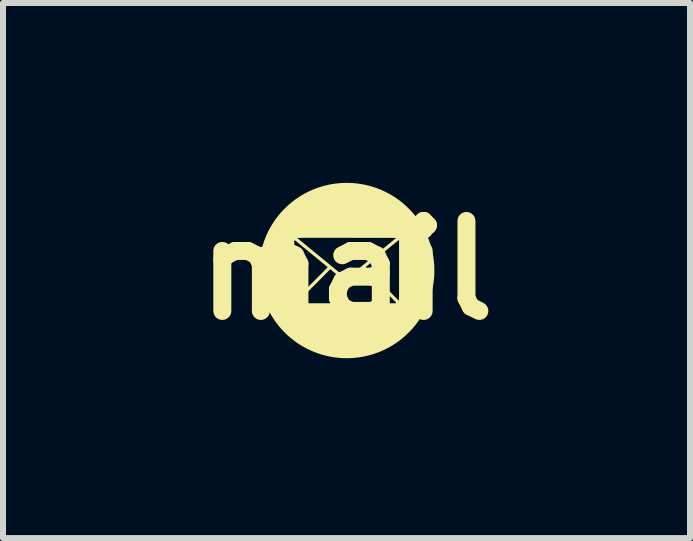
<source format=kicad_pcb>
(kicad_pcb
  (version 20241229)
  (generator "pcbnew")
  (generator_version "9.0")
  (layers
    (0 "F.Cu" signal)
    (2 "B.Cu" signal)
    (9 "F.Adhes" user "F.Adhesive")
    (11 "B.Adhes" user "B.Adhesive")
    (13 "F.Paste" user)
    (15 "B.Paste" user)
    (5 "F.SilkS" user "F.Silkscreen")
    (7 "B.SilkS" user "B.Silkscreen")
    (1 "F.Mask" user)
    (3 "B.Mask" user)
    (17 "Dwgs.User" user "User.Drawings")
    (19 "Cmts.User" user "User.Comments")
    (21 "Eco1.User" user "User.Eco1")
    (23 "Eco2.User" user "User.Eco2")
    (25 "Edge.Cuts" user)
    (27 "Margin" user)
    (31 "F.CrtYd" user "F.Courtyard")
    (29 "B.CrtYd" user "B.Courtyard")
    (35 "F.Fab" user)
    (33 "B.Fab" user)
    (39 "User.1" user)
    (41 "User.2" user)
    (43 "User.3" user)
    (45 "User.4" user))
  (footprint "mail"
    (layer "F.Cu")
    (at 2.729 1.457)
    (property "Reference" "mail" (at 0 0 0) (layer "F.SilkS") (effects (font (size 1.5 1.5) (thickness 0.3))))
    (attr board_only exclude_from_pos_files exclude_from_bom)
    (fp_poly (pts (xy 0.008 -1.457) (xy 0.021 -1.457) (xy 0.034 -1.456) (xy 0.047 -1.456) (xy 0.059 -1.456) (xy 0.07 -1.456) (xy 0.08 -1.455) (xy 0.089 -1.455) (xy 0.097 -1.455) (xy 0.103 -1.454) (xy 0.107 -1.454) (xy 0.111 -1.453) (xy 0.117 -1.453) (xy 0.124 -1.452) (xy 0.13 -1.452) (xy 0.134 -1.451) (xy 0.141 -1.451) (xy 0.147 -1.45) (xy 0.152 -1.45) (xy 0.156 -1.449) (xy 0.158 -1.449) (xy 0.162 -1.448) (xy 0.167 -1.448) (xy 0.172 -1.447) (xy 0.176 -1.447) (xy 0.181 -1.447) (xy 0.186 -1.446) (xy 0.19 -1.445) (xy 0.192 -1.445) (xy 0.195 -1.444) (xy 0.2 -1.444) (xy 0.205 -1.443) (xy 0.208 -1.443) (xy 0.213 -1.442) (xy 0.219 -1.441) (xy 0.223 -1.441) (xy 0.225 -1.44) (xy 0.23 -1.439) (xy 0.234 -1.439) (xy 0.237 -1.439) (xy 0.24 -1.438) (xy 0.244 -1.438) (xy 0.246 -1.437) (xy 0.248 -1.437) (xy 0.252 -1.436) (xy 0.257 -1.435) (xy 0.258 -1.435) (xy 0.262 -1.434) (xy 0.266 -1.434) (xy 0.268 -1.433) (xy 0.269 -1.433) (xy 0.271 -1.432) (xy 0.274 -1.432) (xy 0.278 -1.431) (xy 0.28 -1.431) (xy 0.284 -1.431) (xy 0.287 -1.43) (xy 0.29 -1.429) (xy 0.29 -1.429) (xy 0.293 -1.428) (xy 0.296 -1.428) (xy 0.3 -1.427) (xy 0.3 -1.427) (xy 0.304 -1.426) (xy 0.308 -1.426) (xy 0.31 -1.425) (xy 0.31 -1.425) (xy 0.313 -1.424) (xy 0.317 -1.423) (xy 0.32 -1.423) (xy 0.323 -1.422) (xy 0.327 -1.421) (xy 0.329 -1.421) (xy 0.331 -1.42) (xy 0.335 -1.419) (xy 0.338 -1.418) (xy 0.342 -1.418) (xy 0.346 -1.417) (xy 0.348 -1.416) (xy 0.352 -1.415) (xy 0.356 -1.414) (xy 0.356 -1.414) (xy 0.359 -1.414) (xy 0.362 -1.413) (xy 0.362 -1.413) (xy 0.364 -1.412) (xy 0.368 -1.411) (xy 0.37 -1.411) (xy 0.374 -1.41) (xy 0.377 -1.409) (xy 0.378 -1.409) (xy 0.38 -1.408) (xy 0.383 -1.407) (xy 0.386 -1.407) (xy 0.39 -1.406) (xy 0.393 -1.405) (xy 0.395 -1.404) (xy 0.397 -1.403) (xy 0.4 -1.403) (xy 0.402 -1.402) (xy 0.406 -1.401) (xy 0.406 -1.401) (xy 0.409 -1.4) (xy 0.413 -1.399) (xy 0.415 -1.398) (xy 0.419 -1.397) (xy 0.423 -1.396) (xy 0.424 -1.396) (xy 0.427 -1.395) (xy 0.43 -1.394) (xy 0.43 -1.394) (xy 0.433 -1.394) (xy 0.435 -1.392) (xy 0.436 -1.392) (xy 0.439 -1.391) (xy 0.442 -1.39) (xy 0.443 -1.39) (xy 0.445 -1.39) (xy 0.448 -1.389) (xy 0.449 -1.388) (xy 0.452 -1.387) (xy 0.454 -1.386) (xy 0.455 -1.386) (xy 0.457 -1.386) (xy 0.459 -1.385) (xy 0.46 -1.384) (xy 0.463 -1.383) (xy 0.466 -1.382) (xy 0.466 -1.382) (xy 0.468 -1.382) (xy 0.471 -1.381) (xy 0.472 -1.38) (xy 0.475 -1.379) (xy 0.477 -1.378) (xy 0.478 -1.378) (xy 0.48 -1.378) (xy 0.483 -1.377) (xy 0.483 -1.377) (xy 0.487 -1.375) (xy 0.49 -1.374) (xy 0.491 -1.374) (xy 0.494 -1.373) (xy 0.496 -1.372) (xy 0.496 -1.372) (xy 0.498 -1.371) (xy 0.502 -1.37) (xy 0.502 -1.37) (xy 0.505 -1.369) (xy 0.507 -1.368) (xy 0.508 -1.368) (xy 0.509 -1.367) (xy 0.512 -1.366) (xy 0.512 -1.366) (xy 0.516 -1.365) (xy 0.519 -1.364) (xy 0.519 -1.364) (xy 0.522 -1.362) (xy 0.524 -1.362) (xy 0.524 -1.362) (xy 0.525 -1.361) (xy 0.528 -1.36) (xy 0.529 -1.36) (xy 0.531 -1.359) (xy 0.534 -1.358) (xy 0.535 -1.358) (xy 0.537 -1.357) (xy 0.539 -1.356) (xy 0.542 -1.355) (xy 0.543 -1.354) (xy 0.545 -1.354) (xy 0.548 -1.353) (xy 0.548 -1.352) (xy 0.552 -1.351) (xy 0.555 -1.35) (xy 0.555 -1.35) (xy 0.558 -1.349) (xy 0.56 -1.348) (xy 0.56 -1.348) (xy 0.562 -1.347) (xy 0.564 -1.346) (xy 0.567 -1.345) (xy 0.571 -1.343) (xy 0.576 -1.341) (xy 0.579 -1.339) (xy 0.581 -1.338) (xy 0.584 -1.338) (xy 0.584 -1.338) (xy 0.586 -1.337) (xy 0.589 -1.336) (xy 0.591 -1.334) (xy 0.592 -1.334) (xy 0.592 -1.334) (xy 0.594 -1.333) (xy 0.596 -1.332) (xy 0.597 -1.332) (xy 0.603 -1.329) (xy 0.607 -1.327) (xy 0.611 -1.325) (xy 0.613 -1.325) (xy 0.613 -1.325) (xy 0.615 -1.324) (xy 0.615 -1.323) (xy 0.617 -1.322) (xy 0.62 -1.321) (xy 0.623 -1.32) (xy 0.625 -1.319) (xy 0.627 -1.318) (xy 0.629 -1.317) (xy 0.63 -1.317) (xy 0.632 -1.316) (xy 0.636 -1.314) (xy 0.641 -1.311) (xy 0.646 -1.309) (xy 0.652 -1.306) (xy 0.658 -1.303) (xy 0.664 -1.3) (xy 0.67 -1.297) (xy 0.675 -1.294) (xy 0.679 -1.292) (xy 0.682 -1.291) (xy 0.683 -1.29) (xy 0.683 -1.29) (xy 0.684 -1.289) (xy 0.686 -1.289) (xy 0.688 -1.288) (xy 0.689 -1.287) (xy 0.691 -1.285) (xy 0.692 -1.285) (xy 0.694 -1.284) (xy 0.696 -1.283) (xy 0.697 -1.283) (xy 0.699 -1.281) (xy 0.701 -1.28) (xy 0.701 -1.28) (xy 0.702 -1.28) (xy 0.705 -1.278) (xy 0.708 -1.277) (xy 0.711 -1.275) (xy 0.716 -1.272) (xy 0.719 -1.27) (xy 0.722 -1.269) (xy 0.723 -1.268) (xy 0.725 -1.267) (xy 0.728 -1.266) (xy 0.73 -1.265) (xy 0.736 -1.261) (xy 0.74 -1.258) (xy 0.744 -1.256) (xy 0.746 -1.255) (xy 0.747 -1.254) (xy 0.747 -1.254) (xy 0.749 -1.253) (xy 0.751 -1.252) (xy 0.753 -1.252) (xy 0.754 -1.251) (xy 0.756 -1.249) (xy 0.758 -1.248) (xy 0.76 -1.247) (xy 0.763 -1.245) (xy 0.766 -1.243) (xy 0.767 -1.242) (xy 0.769 -1.241) (xy 0.771 -1.24) (xy 0.773 -1.24) (xy 0.775 -1.238) (xy 0.775 -1.238) (xy 0.777 -1.236) (xy 0.78 -1.234) (xy 0.781 -1.233) (xy 0.784 -1.232) (xy 0.788 -1.229) (xy 0.792 -1.227) (xy 0.795 -1.225) (xy 0.798 -1.223) (xy 0.799 -1.222) (xy 0.799 -1.222) (xy 0.801 -1.221) (xy 0.804 -1.219) (xy 0.805 -1.218) (xy 0.807 -1.217) (xy 0.809 -1.216) (xy 0.809 -1.216) (xy 0.81 -1.215) (xy 0.812 -1.214) (xy 0.814 -1.212) (xy 0.815 -1.211) (xy 0.817 -1.21) (xy 0.82 -1.209) (xy 0.821 -1.208) (xy 0.824 -1.205) (xy 0.828 -1.203) (xy 0.831 -1.201) (xy 0.834 -1.199) (xy 0.838 -1.196) (xy 0.84 -1.195) (xy 0.842 -1.193) (xy 0.844 -1.192) (xy 0.845 -1.192) (xy 0.846 -1.191) (xy 0.848 -1.19) (xy 0.85 -1.187) (xy 0.85 -1.187) (xy 0.854 -1.185) (xy 0.858 -1.181) (xy 0.862 -1.178) (xy 0.866 -1.176) (xy 0.87 -1.173) (xy 0.872 -1.172) (xy 0.873 -1.171) (xy 0.874 -1.17) (xy 0.877 -1.168) (xy 0.877 -1.168) (xy 0.881 -1.165) (xy 0.884 -1.163) (xy 0.886 -1.161) (xy 0.888 -1.16) (xy 0.889 -1.159) (xy 0.89 -1.159) (xy 0.892 -1.157) (xy 0.893 -1.156) (xy 0.896 -1.154) (xy 0.899 -1.151) (xy 0.903 -1.148) (xy 0.904 -1.147) (xy 0.907 -1.145) (xy 0.91 -1.143) (xy 0.912 -1.141) (xy 0.912 -1.141) (xy 0.914 -1.14) (xy 0.916 -1.137) (xy 0.919 -1.135) (xy 0.922 -1.133) (xy 0.926 -1.13) (xy 0.929 -1.127) (xy 0.931 -1.126) (xy 0.932 -1.125) (xy 0.934 -1.123) (xy 0.937 -1.12) (xy 0.941 -1.117) (xy 0.945 -1.114) (xy 0.948 -1.111) (xy 0.951 -1.109) (xy 0.952 -1.108) (xy 0.954 -1.107) (xy 0.956 -1.104) (xy 0.959 -1.102) (xy 0.96 -1.101) (xy 0.963 -1.098) (xy 0.967 -1.094) (xy 0.972 -1.09) (xy 0.977 -1.086) (xy 0.982 -1.082) (xy 0.986 -1.078) (xy 0.988 -1.076) (xy 0.991 -1.074) (xy 0.994 -1.071) (xy 0.999 -1.066) (xy 1.004 -1.061) (xy 1.011 -1.055) (xy 1.018 -1.048) (xy 1.025 -1.041) (xy 1.032 -1.033) (xy 1.04 -1.026) (xy 1.047 -1.018) (xy 1.055 -1.011) (xy 1.062 -1.004) (xy 1.068 -0.997) (xy 1.074 -0.991) (xy 1.079 -0.986) (xy 1.083 -0.982) (xy 1.085 -0.979) (xy 1.086 -0.978) (xy 1.089 -0.975) (xy 1.09 -0.973) (xy 1.091 -0.972) (xy 1.092 -0.971) (xy 1.094 -0.969) (xy 1.097 -0.966) (xy 1.1 -0.962) (xy 1.103 -0.959) (xy 1.106 -0.955) (xy 1.109 -0.952) (xy 1.111 -0.95) (xy 1.113 -0.948) (xy 1.114 -0.946) (xy 1.115 -0.946) (xy 1.115 -0.945) (xy 1.117 -0.943) (xy 1.119 -0.94) (xy 1.122 -0.936) (xy 1.125 -0.932) (xy 1.128 -0.929) (xy 1.131 -0.926) (xy 1.134 -0.923) (xy 1.136 -0.92) (xy 1.138 -0.918) (xy 1.14 -0.916) (xy 1.141 -0.914) (xy 1.143 -0.91) (xy 1.146 -0.907) (xy 1.147 -0.906) (xy 1.15 -0.903) (xy 1.153 -0.899) (xy 1.154 -0.897) (xy 1.156 -0.894) (xy 1.16 -0.89) (xy 1.162 -0.887) (xy 1.165 -0.884) (xy 1.166 -0.882) (xy 1.167 -0.881) (xy 1.167 -0.881) (xy 1.168 -0.88) (xy 1.169 -0.877) (xy 1.172 -0.874) (xy 1.174 -0.872) (xy 1.175 -0.87) (xy 1.178 -0.867) (xy 1.179 -0.864) (xy 1.18 -0.864) (xy 1.181 -0.862) (xy 1.183 -0.859) (xy 1.184 -0.857) (xy 1.186 -0.855) (xy 1.189 -0.851) (xy 1.192 -0.847) (xy 1.192 -0.847) (xy 1.194 -0.843) (xy 1.196 -0.841) (xy 1.198 -0.839) (xy 1.198 -0.839) (xy 1.199 -0.838) (xy 1.199 -0.837) (xy 1.2 -0.835) (xy 1.201 -0.833) (xy 1.204 -0.83) (xy 1.204 -0.83) (xy 1.206 -0.827) (xy 1.207 -0.825) (xy 1.208 -0.824) (xy 1.208 -0.824) (xy 1.209 -0.823) (xy 1.21 -0.821) (xy 1.212 -0.819) (xy 1.214 -0.816) (xy 1.215 -0.814) (xy 1.216 -0.813) (xy 1.217 -0.811) (xy 1.219 -0.808) (xy 1.22 -0.807) (xy 1.222 -0.804) (xy 1.224 -0.8) (xy 1.226 -0.797) (xy 1.228 -0.794) (xy 1.23 -0.791) (xy 1.231 -0.79) (xy 1.231 -0.79) (xy 1.232 -0.788) (xy 1.232 -0.788) (xy 1.233 -0.786) (xy 1.234 -0.784) (xy 1.236 -0.782) (xy 1.238 -0.78) (xy 1.239 -0.777) (xy 1.24 -0.776) (xy 1.241 -0.775) (xy 1.242 -0.772) (xy 1.244 -0.769) (xy 1.246 -0.766) (xy 1.248 -0.763) (xy 1.249 -0.761) (xy 1.252 -0.755) (xy 1.255 -0.751) (xy 1.257 -0.747) (xy 1.259 -0.745) (xy 1.259 -0.745) (xy 1.26 -0.743) (xy 1.261 -0.742) (xy 1.261 -0.74) (xy 1.262 -0.739) (xy 1.263 -0.737) (xy 1.265 -0.735) (xy 1.267 -0.732) (xy 1.267 -0.731) (xy 1.269 -0.727) (xy 1.271 -0.724) (xy 1.273 -0.721) (xy 1.273 -0.721) (xy 1.275 -0.718) (xy 1.277 -0.715) (xy 1.277 -0.714) (xy 1.278 -0.712) (xy 1.28 -0.708) (xy 1.281 -0.707) (xy 1.282 -0.705) (xy 1.284 -0.701) (xy 1.286 -0.697) (xy 1.287 -0.696) (xy 1.288 -0.693) (xy 1.29 -0.69) (xy 1.291 -0.689) (xy 1.291 -0.688) (xy 1.292 -0.687) (xy 1.293 -0.685) (xy 1.293 -0.685) (xy 1.294 -0.683) (xy 1.295 -0.682) (xy 1.295 -0.682) (xy 1.296 -0.681) (xy 1.296 -0.679) (xy 1.297 -0.678) (xy 1.298 -0.675) (xy 1.3 -0.672) (xy 1.3 -0.672) (xy 1.301 -0.67) (xy 1.302 -0.668) (xy 1.302 -0.666) (xy 1.303 -0.665) (xy 1.305 -0.663) (xy 1.305 -0.661) (xy 1.306 -0.658) (xy 1.307 -0.657) (xy 1.309 -0.655) (xy 1.309 -0.653) (xy 1.31 -0.651) (xy 1.311 -0.649) (xy 1.313 -0.647) (xy 1.313 -0.645) (xy 1.314 -0.643) (xy 1.315 -0.641) (xy 1.317 -0.639) (xy 1.318 -0.636) (xy 1.318 -0.634) (xy 1.319 -0.633) (xy 1.319 -0.633) (xy 1.32 -0.631) (xy 1.321 -0.629) (xy 1.321 -0.629) (xy 1.322 -0.626) (xy 1.323 -0.624) (xy 1.323 -0.624) (xy 1.325 -0.623) (xy 1.325 -0.622) (xy 1.325 -0.621) (xy 1.326 -0.618) (xy 1.327 -0.617) (xy 1.329 -0.613) (xy 1.33 -0.609) (xy 1.331 -0.608) (xy 1.332 -0.604) (xy 1.334 -0.6) (xy 1.336 -0.597) (xy 1.337 -0.594) (xy 1.338 -0.592) (xy 1.339 -0.59) (xy 1.339 -0.589) (xy 1.34 -0.588) (xy 1.341 -0.587) (xy 1.342 -0.584) (xy 1.342 -0.584) (xy 1.343 -0.581) (xy 1.344 -0.58) (xy 1.344 -0.579) (xy 1.345 -0.578) (xy 1.345 -0.577) (xy 1.346 -0.575) (xy 1.347 -0.572) (xy 1.348 -0.57) (xy 1.349 -0.567) (xy 1.35 -0.565) (xy 1.35 -0.564) (xy 1.351 -0.563) (xy 1.352 -0.56) (xy 1.352 -0.56) (xy 1.353 -0.557) (xy 1.354 -0.555) (xy 1.354 -0.555) (xy 1.355 -0.553) (xy 1.355 -0.551) (xy 1.357 -0.547) (xy 1.359 -0.543) (xy 1.361 -0.539) (xy 1.362 -0.537) (xy 1.362 -0.536) (xy 1.362 -0.534) (xy 1.363 -0.532) (xy 1.364 -0.531) (xy 1.365 -0.528) (xy 1.366 -0.524) (xy 1.366 -0.524) (xy 1.367 -0.521) (xy 1.368 -0.519) (xy 1.368 -0.519) (xy 1.369 -0.517) (xy 1.37 -0.515) (xy 1.37 -0.514) (xy 1.371 -0.511) (xy 1.372 -0.509) (xy 1.372 -0.509) (xy 1.373 -0.507) (xy 1.374 -0.504) (xy 1.375 -0.501) (xy 1.376 -0.498) (xy 1.377 -0.497) (xy 1.378 -0.494) (xy 1.378 -0.492) (xy 1.378 -0.492) (xy 1.379 -0.49) (xy 1.38 -0.487) (xy 1.38 -0.487) (xy 1.382 -0.484) (xy 1.382 -0.481) (xy 1.382 -0.481) (xy 1.383 -0.479) (xy 1.384 -0.476) (xy 1.384 -0.476) (xy 1.386 -0.473) (xy 1.386 -0.47) (xy 1.386 -0.47) (xy 1.387 -0.467) (xy 1.388 -0.464) (xy 1.388 -0.464) (xy 1.389 -0.46) (xy 1.39 -0.457) (xy 1.39 -0.456) (xy 1.391 -0.453) (xy 1.392 -0.451) (xy 1.392 -0.451) (xy 1.393 -0.448) (xy 1.394 -0.445) (xy 1.394 -0.445) (xy 1.395 -0.442) (xy 1.396 -0.439) (xy 1.396 -0.439) (xy 1.397 -0.437) (xy 1.398 -0.434) (xy 1.398 -0.433) (xy 1.399 -0.429) (xy 1.4 -0.427) (xy 1.4 -0.426) (xy 1.401 -0.424) (xy 1.402 -0.421) (xy 1.402 -0.42) (xy 1.403 -0.416) (xy 1.404 -0.413) (xy 1.404 -0.413) (xy 1.405 -0.41) (xy 1.406 -0.407) (xy 1.407 -0.405) (xy 1.407 -0.401) (xy 1.408 -0.399) (xy 1.409 -0.398) (xy 1.41 -0.395) (xy 1.411 -0.393) (xy 1.411 -0.393) (xy 1.411 -0.389) (xy 1.412 -0.386) (xy 1.412 -0.385) (xy 1.413 -0.382) (xy 1.414 -0.378) (xy 1.415 -0.376) (xy 1.415 -0.373) (xy 1.416 -0.37) (xy 1.417 -0.368) (xy 1.418 -0.366) (xy 1.418 -0.363) (xy 1.419 -0.361) (xy 1.419 -0.357) (xy 1.42 -0.354) (xy 1.421 -0.353) (xy 1.422 -0.35) (xy 1.422 -0.347) (xy 1.423 -0.345) (xy 1.423 -0.342) (xy 1.424 -0.337) (xy 1.425 -0.335) (xy 1.426 -0.331) (xy 1.427 -0.328) (xy 1.427 -0.327) (xy 1.427 -0.324) (xy 1.428 -0.321) (xy 1.429 -0.319) (xy 1.43 -0.315) (xy 1.431 -0.311) (xy 1.431 -0.31) (xy 1.431 -0.307) (xy 1.432 -0.303) (xy 1.433 -0.3) (xy 1.434 -0.297) (xy 1.435 -0.293) (xy 1.435 -0.291) (xy 1.435 -0.287) (xy 1.436 -0.283) (xy 1.437 -0.281) (xy 1.438 -0.277) (xy 1.439 -0.272) (xy 1.439 -0.268) (xy 1.44 -0.264) (xy 1.44 -0.261) (xy 1.441 -0.258) (xy 1.442 -0.256) (xy 1.443 -0.252) (xy 1.443 -0.248) (xy 1.443 -0.247) (xy 1.444 -0.243) (xy 1.444 -0.239) (xy 1.445 -0.236) (xy 1.445 -0.236) (xy 1.446 -0.233) (xy 1.446 -0.229) (xy 1.447 -0.225) (xy 1.447 -0.223) (xy 1.448 -0.219) (xy 1.448 -0.214) (xy 1.449 -0.211) (xy 1.449 -0.21) (xy 1.45 -0.208) (xy 1.45 -0.204) (xy 1.451 -0.199) (xy 1.451 -0.194) (xy 1.451 -0.193) (xy 1.452 -0.188) (xy 1.452 -0.184) (xy 1.453 -0.18) (xy 1.453 -0.178) (xy 1.454 -0.178) (xy 1.454 -0.177) (xy 1.454 -0.173) (xy 1.455 -0.169) (xy 1.455 -0.164) (xy 1.455 -0.164) (xy 1.456 -0.158) (xy 1.456 -0.152) (xy 1.457 -0.146) (xy 1.458 -0.143) (xy 1.458 -0.139) (xy 1.459 -0.133) (xy 1.459 -0.127) (xy 1.459 -0.121) (xy 1.46 -0.118) (xy 1.46 -0.113) (xy 1.46 -0.107) (xy 1.461 -0.103) (xy 1.461 -0.099) (xy 1.461 -0.098) (xy 1.462 -0.096) (xy 1.462 -0.091) (xy 1.462 -0.085) (xy 1.463 -0.078) (xy 1.463 -0.069) (xy 1.463 -0.059) (xy 1.463 -0.048) (xy 1.464 -0.037) (xy 1.464 -0.025) (xy 1.464 -0.012) (xy 1.464 0.001) (xy 1.464 0.013) (xy 1.464 0.026) (xy 1.464 0.038) (xy 1.464 0.05) (xy 1.463 0.061) (xy 1.463 0.072) (xy 1.463 0.081) (xy 1.463 0.089) (xy 1.462 0.096) (xy 1.462 0.102) (xy 1.461 0.106) (xy 1.461 0.107) (xy 1.461 0.109) (xy 1.46 0.113) (xy 1.46 0.118) (xy 1.46 0.124) (xy 1.46 0.127) (xy 1.459 0.134) (xy 1.459 0.14) (xy 1.458 0.145) (xy 1.458 0.149) (xy 1.458 0.151) (xy 1.457 0.155) (xy 1.456 0.16) (xy 1.456 0.165) (xy 1.456 0.168) (xy 1.455 0.174) (xy 1.455 0.18) (xy 1.454 0.186) (xy 1.453 0.188) (xy 1.452 0.194) (xy 1.452 0.2) (xy 1.451 0.205) (xy 1.451 0.206) (xy 1.45 0.211) (xy 1.45 0.216) (xy 1.449 0.219) (xy 1.449 0.22) (xy 1.448 0.223) (xy 1.448 0.228) (xy 1.447 0.232) (xy 1.447 0.233) (xy 1.446 0.237) (xy 1.446 0.241) (xy 1.445 0.244) (xy 1.445 0.245) (xy 1.444 0.248) (xy 1.444 0.251) (xy 1.443 0.256) (xy 1.443 0.256) (xy 1.443 0.26) (xy 1.442 0.264) (xy 1.441 0.267) (xy 1.441 0.267) (xy 1.44 0.27) (xy 1.44 0.274) (xy 1.439 0.278) (xy 1.439 0.279) (xy 1.439 0.283) (xy 1.438 0.286) (xy 1.437 0.289) (xy 1.437 0.289) (xy 1.436 0.291) (xy 1.436 0.295) (xy 1.435 0.298) (xy 1.435 0.302) (xy 1.434 0.307) (xy 1.433 0.309) (xy 1.432 0.313) (xy 1.431 0.316) (xy 1.431 0.318) (xy 1.431 0.321) (xy 1.43 0.325) (xy 1.429 0.327) (xy 1.428 0.331) (xy 1.427 0.336) (xy 1.427 0.338) (xy 1.426 0.342) (xy 1.425 0.345) (xy 1.425 0.346) (xy 1.424 0.348) (xy 1.423 0.352) (xy 1.423 0.354) (xy 1.422 0.358) (xy 1.421 0.361) (xy 1.421 0.363) (xy 1.42 0.365) (xy 1.419 0.368) (xy 1.419 0.37) (xy 1.418 0.374) (xy 1.417 0.377) (xy 1.417 0.378) (xy 1.416 0.38) (xy 1.415 0.383) (xy 1.414 0.386) (xy 1.414 0.389) (xy 1.413 0.392) (xy 1.412 0.393) (xy 1.412 0.395) (xy 1.411 0.397) (xy 1.411 0.4) (xy 1.41 0.404) (xy 1.409 0.408) (xy 1.408 0.409) (xy 1.407 0.413) (xy 1.406 0.417) (xy 1.405 0.418) (xy 1.404 0.423) (xy 1.403 0.427) (xy 1.403 0.428) (xy 1.402 0.432) (xy 1.401 0.435) (xy 1.4 0.436) (xy 1.399 0.438) (xy 1.399 0.44) (xy 1.398 0.442) (xy 1.398 0.445) (xy 1.397 0.447) (xy 1.394 0.456) (xy 1.391 0.466) (xy 1.391 0.466) (xy 1.39 0.47) (xy 1.388 0.473) (xy 1.388 0.474) (xy 1.387 0.477) (xy 1.386 0.479) (xy 1.386 0.479) (xy 1.386 0.481) (xy 1.385 0.484) (xy 1.384 0.484) (xy 1.383 0.487) (xy 1.382 0.49) (xy 1.382 0.49) (xy 1.382 0.492) (xy 1.381 0.495) (xy 1.38 0.496) (xy 1.379 0.498) (xy 1.378 0.501) (xy 1.378 0.501) (xy 1.378 0.504) (xy 1.377 0.507) (xy 1.375 0.509) (xy 1.374 0.512) (xy 1.374 0.513) (xy 1.372 0.518) (xy 1.371 0.523) (xy 1.369 0.527) (xy 1.367 0.53) (xy 1.366 0.533) (xy 1.366 0.536) (xy 1.365 0.538) (xy 1.364 0.54) (xy 1.362 0.543) (xy 1.362 0.544) (xy 1.361 0.546) (xy 1.36 0.549) (xy 1.36 0.55) (xy 1.359 0.552) (xy 1.358 0.554) (xy 1.358 0.555) (xy 1.358 0.557) (xy 1.357 0.559) (xy 1.356 0.56) (xy 1.354 0.565) (xy 1.352 0.569) (xy 1.35 0.573) (xy 1.35 0.575) (xy 1.349 0.577) (xy 1.347 0.58) (xy 1.347 0.58) (xy 1.346 0.583) (xy 1.345 0.585) (xy 1.345 0.585) (xy 1.345 0.587) (xy 1.344 0.588) (xy 1.343 0.59) (xy 1.342 0.591) (xy 1.342 0.592) (xy 1.341 0.595) (xy 1.34 0.596) (xy 1.339 0.599) (xy 1.338 0.601) (xy 1.338 0.602) (xy 1.337 0.604) (xy 1.336 0.606) (xy 1.335 0.608) (xy 1.334 0.611) (xy 1.333 0.613) (xy 1.333 0.614) (xy 1.332 0.616) (xy 1.331 0.616) (xy 1.33 0.618) (xy 1.33 0.62) (xy 1.329 0.622) (xy 1.328 0.624) (xy 1.326 0.627) (xy 1.325 0.629) (xy 1.324 0.632) (xy 1.323 0.633) (xy 1.322 0.635) (xy 1.322 0.635) (xy 1.322 0.636) (xy 1.32 0.639) (xy 1.319 0.643) (xy 1.316 0.647) (xy 1.314 0.653) (xy 1.311 0.658) (xy 1.308 0.664) (xy 1.306 0.669) (xy 1.303 0.674) (xy 1.301 0.678) (xy 1.3 0.68) (xy 1.299 0.682) (xy 1.299 0.682) (xy 1.298 0.684) (xy 1.297 0.686) (xy 1.296 0.688) (xy 1.295 0.69) (xy 1.293 0.693) (xy 1.293 0.694) (xy 1.292 0.696) (xy 1.291 0.698) (xy 1.289 0.7) (xy 1.288 0.702) (xy 1.288 0.704) (xy 1.287 0.705) (xy 1.286 0.706) (xy 1.285 0.708) (xy 1.285 0.709) (xy 1.283 0.712) (xy 1.281 0.715) (xy 1.281 0.716) (xy 1.279 0.719) (xy 1.277 0.722) (xy 1.277 0.723) (xy 1.276 0.725) (xy 1.275 0.727) (xy 1.274 0.727) (xy 1.274 0.728) (xy 1.273 0.73) (xy 1.272 0.733) (xy 1.271 0.734) (xy 1.27 0.735) (xy 1.268 0.737) (xy 1.267 0.741) (xy 1.264 0.744) (xy 1.263 0.747) (xy 1.261 0.75) (xy 1.261 0.751) (xy 1.261 0.752) (xy 1.26 0.753) (xy 1.259 0.754) (xy 1.257 0.756) (xy 1.257 0.757) (xy 1.256 0.758) (xy 1.255 0.76) (xy 1.253 0.763) (xy 1.251 0.767) (xy 1.249 0.77) (xy 1.248 0.771) (xy 1.245 0.776) (xy 1.242 0.781) (xy 1.24 0.784) (xy 1.238 0.787) (xy 1.237 0.79) (xy 1.235 0.793) (xy 1.233 0.796) (xy 1.232 0.797) (xy 1.23 0.8) (xy 1.229 0.802) (xy 1.229 0.803) (xy 1.228 0.805) (xy 1.227 0.806) (xy 1.225 0.808) (xy 1.223 0.811) (xy 1.221 0.814) (xy 1.22 0.816) (xy 1.22 0.817) (xy 1.219 0.818) (xy 1.219 0.819) (xy 1.217 0.82) (xy 1.215 0.822) (xy 1.213 0.825) (xy 1.212 0.827) (xy 1.212 0.828) (xy 1.211 0.829) (xy 1.21 0.831) (xy 1.208 0.834) (xy 1.205 0.836) (xy 1.204 0.838) (xy 1.203 0.84) (xy 1.203 0.84) (xy 1.203 0.841) (xy 1.201 0.843) (xy 1.199 0.846) (xy 1.198 0.847) (xy 1.196 0.85) (xy 1.194 0.853) (xy 1.193 0.855) (xy 1.192 0.855) (xy 1.191 0.857) (xy 1.189 0.86) (xy 1.188 0.862) (xy 1.185 0.865) (xy 1.182 0.869) (xy 1.181 0.87) (xy 1.18 0.873) (xy 1.178 0.875) (xy 1.177 0.876) (xy 1.176 0.877) (xy 1.175 0.879) (xy 1.173 0.882) (xy 1.171 0.884) (xy 1.169 0.887) (xy 1.168 0.888) (xy 1.167 0.889) (xy 1.167 0.89) (xy 1.167 0.891) (xy 1.165 0.893) (xy 1.164 0.894) (xy 1.162 0.897) (xy 1.159 0.9) (xy 1.157 0.903) (xy 1.155 0.905) (xy 1.154 0.907) (xy 1.153 0.908) (xy 1.152 0.909) (xy 1.15 0.912) (xy 1.148 0.914) (xy 1.145 0.917) (xy 1.143 0.92) (xy 1.141 0.922) (xy 1.141 0.923) (xy 1.139 0.925) (xy 1.137 0.928) (xy 1.136 0.929) (xy 1.134 0.931) (xy 1.132 0.934) (xy 1.129 0.938) (xy 1.125 0.942) (xy 1.124 0.943) (xy 1.12 0.948) (xy 1.117 0.952) (xy 1.114 0.955) (xy 1.112 0.958) (xy 1.111 0.959) (xy 1.109 0.961) (xy 1.106 0.964) (xy 1.103 0.968) (xy 1.1 0.972) (xy 1.097 0.975) (xy 1.096 0.976) (xy 1.093 0.979) (xy 1.09 0.983) (xy 1.085 0.989) (xy 1.079 0.995) (xy 1.073 1.001) (xy 1.065 1.009) (xy 1.058 1.017) (xy 1.049 1.025) (xy 1.041 1.034) (xy 1.032 1.042) (xy 1.024 1.051) (xy 1.015 1.059) (xy 1.007 1.067) (xy 1 1.074) (xy 0.993 1.081) (xy 0.986 1.087) (xy 0.981 1.092) (xy 0.976 1.096) (xy 0.974 1.098) (xy 0.971 1.1) (xy 0.967 1.104) (xy 0.963 1.107) (xy 0.959 1.111) (xy 0.954 1.115) (xy 0.951 1.118) (xy 0.949 1.12) (xy 0.947 1.122) (xy 0.945 1.124) (xy 0.942 1.126) (xy 0.939 1.128) (xy 0.938 1.129) (xy 0.934 1.132) (xy 0.931 1.134) (xy 0.93 1.136) (xy 0.929 1.136) (xy 0.928 1.137) (xy 0.926 1.139) (xy 0.923 1.141) (xy 0.92 1.144) (xy 0.916 1.147) (xy 0.912 1.15) (xy 0.908 1.153) (xy 0.906 1.154) (xy 0.904 1.157) (xy 0.902 1.158) (xy 0.901 1.158) (xy 0.9 1.159) (xy 0.898 1.161) (xy 0.896 1.163) (xy 0.893 1.165) (xy 0.89 1.167) (xy 0.888 1.169) (xy 0.888 1.17) (xy 0.886 1.171) (xy 0.886 1.171) (xy 0.884 1.172) (xy 0.882 1.173) (xy 0.879 1.175) (xy 0.879 1.175) (xy 0.875 1.178) (xy 0.871 1.181) (xy 0.867 1.184) (xy 0.867 1.184) (xy 0.864 1.187) (xy 0.861 1.189) (xy 0.86 1.19) (xy 0.859 1.19) (xy 0.858 1.191) (xy 0.858 1.192) (xy 0.856 1.192) (xy 0.853 1.194) (xy 0.849 1.197) (xy 0.845 1.2) (xy 0.843 1.202) (xy 0.841 1.204) (xy 0.839 1.204) (xy 0.838 1.205) (xy 0.836 1.206) (xy 0.834 1.208) (xy 0.831 1.21) (xy 0.829 1.212) (xy 0.828 1.212) (xy 0.827 1.213) (xy 0.825 1.214) (xy 0.823 1.215) (xy 0.819 1.218) (xy 0.815 1.221) (xy 0.813 1.222) (xy 0.811 1.223) (xy 0.808 1.225) (xy 0.808 1.226) (xy 0.807 1.226) (xy 0.804 1.228) (xy 0.801 1.23) (xy 0.801 1.23) (xy 0.798 1.232) (xy 0.796 1.233) (xy 0.795 1.234) (xy 0.795 1.234) (xy 0.794 1.235) (xy 0.793 1.236) (xy 0.791 1.237) (xy 0.788 1.238) (xy 0.786 1.24) (xy 0.784 1.241) (xy 0.781 1.243) (xy 0.779 1.244) (xy 0.775 1.247) (xy 0.771 1.249) (xy 0.769 1.25) (xy 0.766 1.252) (xy 0.763 1.254) (xy 0.762 1.255) (xy 0.761 1.255) (xy 0.76 1.257) (xy 0.759 1.257) (xy 0.757 1.257) (xy 0.755 1.259) (xy 0.754 1.259) (xy 0.751 1.261) (xy 0.747 1.264) (xy 0.743 1.266) (xy 0.741 1.267) (xy 0.739 1.268) (xy 0.737 1.269) (xy 0.735 1.271) (xy 0.732 1.272) (xy 0.731 1.273) (xy 0.728 1.275) (xy 0.725 1.276) (xy 0.724 1.277) (xy 0.72 1.279) (xy 0.717 1.281) (xy 0.715 1.282) (xy 0.713 1.283) (xy 0.713 1.283) (xy 0.711 1.285) (xy 0.71 1.285) (xy 0.708 1.285) (xy 0.707 1.286) (xy 0.706 1.287) (xy 0.704 1.288) (xy 0.701 1.29) (xy 0.699 1.291) (xy 0.695 1.293) (xy 0.69 1.296) (xy 0.684 1.298) (xy 0.679 1.301) (xy 0.675 1.303) (xy 0.671 1.306) (xy 0.667 1.307) (xy 0.665 1.308) (xy 0.665 1.308) (xy 0.663 1.309) (xy 0.661 1.31) (xy 0.659 1.311) (xy 0.657 1.312) (xy 0.656 1.313) (xy 0.653 1.314) (xy 0.649 1.316) (xy 0.644 1.319) (xy 0.639 1.321) (xy 0.633 1.324) (xy 0.628 1.326) (xy 0.623 1.329) (xy 0.62 1.331) (xy 0.617 1.332) (xy 0.615 1.333) (xy 0.613 1.334) (xy 0.613 1.334) (xy 0.611 1.334) (xy 0.609 1.336) (xy 0.609 1.336) (xy 0.607 1.337) (xy 0.605 1.338) (xy 0.602 1.338) (xy 0.6 1.339) (xy 0.598 1.341) (xy 0.596 1.341) (xy 0.596 1.341) (xy 0.595 1.342) (xy 0.592 1.343) (xy 0.588 1.345) (xy 0.584 1.347) (xy 0.58 1.348) (xy 0.578 1.35) (xy 0.576 1.35) (xy 0.575 1.35) (xy 0.574 1.351) (xy 0.573 1.352) (xy 0.571 1.353) (xy 0.568 1.354) (xy 0.568 1.354) (xy 0.565 1.355) (xy 0.561 1.356) (xy 0.561 1.356) (xy 0.558 1.357) (xy 0.556 1.358) (xy 0.556 1.358) (xy 0.554 1.359) (xy 0.552 1.36) (xy 0.55 1.361) (xy 0.548 1.362) (xy 0.546 1.362) (xy 0.543 1.363) (xy 0.542 1.364) (xy 0.54 1.365) (xy 0.537 1.366) (xy 0.537 1.366) (xy 0.535 1.366) (xy 0.533 1.368) (xy 0.53 1.369) (xy 0.528 1.37) (xy 0.526 1.37) (xy 0.523 1.371) (xy 0.521 1.372) (xy 0.518 1.373) (xy 0.515 1.374) (xy 0.514 1.375) (xy 0.512 1.375) (xy 0.51 1.376) (xy 0.509 1.376) (xy 0.506 1.378) (xy 0.504 1.378) (xy 0.503 1.378) (xy 0.501 1.379) (xy 0.5 1.38) (xy 0.498 1.381) (xy 0.495 1.382) (xy 0.494 1.382) (xy 0.49 1.383) (xy 0.488 1.384) (xy 0.487 1.385) (xy 0.484 1.386) (xy 0.482 1.386) (xy 0.48 1.387) (xy 0.477 1.388) (xy 0.476 1.388) (xy 0.473 1.389) (xy 0.469 1.39) (xy 0.469 1.39) (xy 0.466 1.391) (xy 0.464 1.392) (xy 0.463 1.392) (xy 0.461 1.393) (xy 0.458 1.394) (xy 0.457 1.394) (xy 0.454 1.395) (xy 0.452 1.396) (xy 0.451 1.396) (xy 0.449 1.397) (xy 0.446 1.398) (xy 0.445 1.398) (xy 0.442 1.399) (xy 0.439 1.4) (xy 0.438 1.4) (xy 0.436 1.401) (xy 0.432 1.402) (xy 0.432 1.402) (xy 0.429 1.403) (xy 0.426 1.404) (xy 0.425 1.404) (xy 0.423 1.405) (xy 0.419 1.406) (xy 0.417 1.407) (xy 0.414 1.408) (xy 0.411 1.408) (xy 0.41 1.409) (xy 0.408 1.41) (xy 0.404 1.411) (xy 0.403 1.411) (xy 0.4 1.411) (xy 0.398 1.412) (xy 0.397 1.412) (xy 0.395 1.413) (xy 0.393 1.414) (xy 0.39 1.415) (xy 0.386 1.415) (xy 0.383 1.416) (xy 0.381 1.417) (xy 0.379 1.418) (xy 0.376 1.418) (xy 0.374 1.419) (xy 0.371 1.419) (xy 0.368 1.42) (xy 0.367 1.421) (xy 0.365 1.421) (xy 0.362 1.422) (xy 0.359 1.423) (xy 0.355 1.424) (xy 0.351 1.425) (xy 0.348 1.425) (xy 0.345 1.426) (xy 0.342 1.427) (xy 0.341 1.427) (xy 0.338 1.427) (xy 0.335 1.428) (xy 0.332 1.429) (xy 0.328 1.43) (xy 0.325 1.431) (xy 0.323 1.431) (xy 0.319 1.431) (xy 0.316 1.432) (xy 0.315 1.433) (xy 0.311 1.434) (xy 0.307 1.435) (xy 0.306 1.435) (xy 0.303 1.435) (xy 0.299 1.436) (xy 0.296 1.437) (xy 0.292 1.438) (xy 0.287 1.439) (xy 0.284 1.439) (xy 0.28 1.44) (xy 0.276 1.441) (xy 0.274 1.441) (xy 0.271 1.442) (xy 0.267 1.443) (xy 0.263 1.443) (xy 0.259 1.444) (xy 0.255 1.444) (xy 0.253 1.445) (xy 0.25 1.446) (xy 0.246 1.446) (xy 0.242 1.447) (xy 0.24 1.447) (xy 0.236 1.448) (xy 0.232 1.448) (xy 0.228 1.449) (xy 0.228 1.449) (xy 0.225 1.45) (xy 0.221 1.45) (xy 0.216 1.451) (xy 0.213 1.451) (xy 0.208 1.452) (xy 0.203 1.452) (xy 0.199 1.453) (xy 0.197 1.454) (xy 0.193 1.455) (xy 0.188 1.455) (xy 0.183 1.455) (xy 0.178 1.455) (xy 0.173 1.456) (xy 0.17 1.457) (xy 0.169 1.457) (xy 0.166 1.457) (xy 0.162 1.458) (xy 0.156 1.458) (xy 0.151 1.459) (xy 0.147 1.459) (xy 0.141 1.46) (xy 0.135 1.46) (xy 0.129 1.461) (xy 0.125 1.461) (xy 0.123 1.461) (xy 0.119 1.462) (xy 0.114 1.462) (xy 0.108 1.463) (xy 0.1 1.463) (xy 0.093 1.464) (xy 0.092 1.464) (xy 0.084 1.464) (xy 0.075 1.464) (xy 0.066 1.465) (xy 0.058 1.465) (xy 0.051 1.465) (xy 0.05 1.466) (xy 0.042 1.466) (xy 0.033 1.466) (xy 0.022 1.467) (xy 0.011 1.467) (xy -0.000458 1.467) (xy -0.012 1.467) (xy -0.023 1.466) (xy -0.033 1.466) (xy -0.042 1.466) (xy -0.046 1.465) (xy -0.052 1.465) (xy -0.059 1.465) (xy -0.067 1.464) (xy -0.075 1.464) (xy -0.084 1.463) (xy -0.089 1.463) (xy -0.096 1.463) (xy -0.103 1.463) (xy -0.109 1.462) (xy -0.114 1.462) (xy -0.117 1.461) (xy -0.119 1.461) (xy -0.119 1.461) (xy -0.121 1.461) (xy -0.125 1.46) (xy -0.13 1.46) (xy -0.135 1.46) (xy -0.137 1.46) (xy -0.142 1.459) (xy -0.148 1.459) (xy -0.153 1.458) (xy -0.157 1.458) (xy -0.158 1.458) (xy -0.161 1.457) (xy -0.166 1.456) (xy -0.172 1.456) (xy -0.177 1.455) (xy -0.182 1.455) (xy -0.186 1.454) (xy -0.189 1.454) (xy -0.191 1.453) (xy -0.191 1.453) (xy -0.193 1.453) (xy -0.196 1.452) (xy -0.2 1.452) (xy -0.205 1.451) (xy -0.205 1.451) (xy -0.21 1.451) (xy -0.215 1.45) (xy -0.219 1.45) (xy -0.221 1.449) (xy -0.224 1.448) (xy -0.228 1.448) (xy -0.232 1.447) (xy -0.234 1.447) (xy -0.238 1.447) (xy -0.242 1.446) (xy -0.245 1.445) (xy -0.246 1.445) (xy -0.249 1.444) (xy -0.252 1.444) (xy -0.256 1.443) (xy -0.261 1.443) (xy -0.266 1.442) (xy -0.27 1.441) (xy -0.274 1.44) (xy -0.278 1.439) (xy -0.281 1.439) (xy -0.281 1.439) (xy -0.284 1.438) (xy -0.288 1.438) (xy -0.291 1.437) (xy -0.294 1.436) (xy -0.298 1.435) (xy -0.3 1.435) (xy -0.302 1.435) (xy -0.306 1.434) (xy -0.309 1.433) (xy -0.313 1.432) (xy -0.316 1.431) (xy -0.318 1.431) (xy -0.321 1.431) (xy -0.325 1.43) (xy -0.326 1.429) (xy -0.33 1.428) (xy -0.333 1.427) (xy -0.335 1.427) (xy -0.338 1.427) (xy -0.341 1.426) (xy -0.343 1.425) (xy -0.347 1.424) (xy -0.351 1.423) (xy -0.352 1.423) (xy -0.356 1.422) (xy -0.36 1.421) (xy -0.362 1.42) (xy -0.365 1.419) (xy -0.369 1.418) (xy -0.37 1.418) (xy -0.373 1.418) (xy -0.376 1.417) (xy -0.378 1.416) (xy -0.382 1.415) (xy -0.383 1.415) (xy -0.387 1.414) (xy -0.391 1.413) (xy -0.392 1.412) (xy -0.395 1.411) (xy -0.398 1.411) (xy -0.398 1.41) (xy -0.401 1.41) (xy -0.404 1.409) (xy -0.405 1.409) (xy -0.408 1.407) (xy -0.411 1.407) (xy -0.412 1.407) (xy -0.415 1.406) (xy -0.418 1.405) (xy -0.419 1.405) (xy -0.422 1.403) (xy -0.424 1.403) (xy -0.425 1.403) (xy -0.427 1.402) (xy -0.43 1.401) (xy -0.431 1.401) (xy -0.435 1.4) (xy -0.438 1.399) (xy -0.439 1.398) (xy -0.442 1.398) (xy -0.444 1.397) (xy -0.445 1.396) (xy -0.447 1.395) (xy -0.45 1.394) (xy -0.451 1.394) (xy -0.454 1.393) (xy -0.458 1.392) (xy -0.458 1.392) (xy -0.461 1.391) (xy -0.464 1.39) (xy -0.464 1.39) (xy -0.466 1.39) (xy -0.469 1.389) (xy -0.47 1.388) (xy -0.473 1.387) (xy -0.475 1.386) (xy -0.475 1.386) (xy -0.477 1.386) (xy -0.48 1.385) (xy -0.481 1.384) (xy -0.484 1.383) (xy -0.486 1.382) (xy -0.487 1.382) (xy -0.489 1.382) (xy -0.491 1.381) (xy -0.492 1.38) (xy -0.495 1.379) (xy -0.497 1.378) (xy -0.498 1.378) (xy -0.5 1.378) (xy -0.503 1.377) (xy -0.503 1.377) (xy -0.506 1.375) (xy -0.509 1.374) (xy -0.513 1.373) (xy -0.515 1.372) (xy -0.515 1.372) (xy -0.518 1.371) (xy -0.523 1.369) (xy -0.529 1.367) (xy -0.531 1.366) (xy -0.534 1.365) (xy -0.536 1.364) (xy -0.537 1.363) (xy -0.539 1.362) (xy -0.541 1.362) (xy -0.542 1.361) (xy -0.545 1.36) (xy -0.546 1.36) (xy -0.548 1.359) (xy -0.551 1.358) (xy -0.551 1.358) (xy -0.553 1.357) (xy -0.555 1.356) (xy -0.558 1.355) (xy -0.559 1.354) (xy -0.559 1.354) (xy -0.561 1.354) (xy -0.563 1.353) (xy -0.564 1.352) (xy -0.567 1.351) (xy -0.569 1.35) (xy -0.569 1.35) (xy -0.571 1.35) (xy -0.573 1.349) (xy -0.575 1.348) (xy -0.578 1.346) (xy -0.58 1.346) (xy -0.581 1.345) (xy -0.583 1.345) (xy -0.585 1.343) (xy -0.585 1.343) (xy -0.587 1.342) (xy -0.589 1.341) (xy -0.589 1.341) (xy -0.591 1.341) (xy -0.593 1.34) (xy -0.594 1.34) (xy -0.597 1.338) (xy -0.601 1.336) (xy -0.603 1.335) (xy -0.607 1.334) (xy -0.61 1.332) (xy -0.612 1.331) (xy -0.614 1.33) (xy -0.617 1.329) (xy -0.62 1.328) (xy -0.621 1.327) (xy -0.623 1.326) (xy -0.625 1.325) (xy -0.628 1.324) (xy -0.63 1.323) (xy -0.632 1.321) (xy -0.634 1.321) (xy -0.635 1.32) (xy -0.638 1.319) (xy -0.638 1.319) (xy -0.64 1.318) (xy -0.642 1.317) (xy -0.644 1.316) (xy -0.646 1.315) (xy -0.648 1.314) (xy -0.65 1.313) (xy -0.651 1.313) (xy -0.654 1.311) (xy -0.656 1.31) (xy -0.658 1.309) (xy -0.658 1.309) (xy -0.659 1.309) (xy -0.661 1.307) (xy -0.661 1.307) (xy -0.664 1.306) (xy -0.665 1.305) (xy -0.665 1.305) (xy -0.667 1.305) (xy -0.669 1.304) (xy -0.672 1.302) (xy -0.674 1.301) (xy -0.677 1.3) (xy -0.679 1.298) (xy -0.681 1.297) (xy -0.683 1.297) (xy -0.684 1.296) (xy -0.686 1.295) (xy -0.688 1.293) (xy -0.689 1.293) (xy -0.691 1.292) (xy -0.692 1.291) (xy -0.694 1.29) (xy -0.697 1.288) (xy -0.701 1.286) (xy -0.705 1.284) (xy -0.709 1.282) (xy -0.711 1.281) (xy -0.713 1.28) (xy -0.715 1.279) (xy -0.715 1.278) (xy -0.716 1.277) (xy -0.719 1.277) (xy -0.721 1.276) (xy -0.722 1.275) (xy -0.722 1.275) (xy -0.722 1.274) (xy -0.724 1.273) (xy -0.725 1.273) (xy -0.727 1.271) (xy -0.731 1.27) (xy -0.733 1.268) (xy -0.736 1.266) (xy -0.738 1.265) (xy -0.74 1.265) (xy -0.741 1.264) (xy -0.742 1.263) (xy -0.744 1.261) (xy -0.746 1.261) (xy -0.748 1.26) (xy -0.749 1.259) (xy -0.75 1.258) (xy -0.754 1.256) (xy -0.758 1.253) (xy -0.764 1.249) (xy -0.765 1.249) (xy -0.767 1.248) (xy -0.771 1.246) (xy -0.773 1.244) (xy -0.776 1.242) (xy -0.779 1.241) (xy -0.78 1.24) (xy -0.782 1.239) (xy -0.784 1.237) (xy -0.786 1.236) (xy -0.789 1.234) (xy -0.791 1.232) (xy -0.793 1.232) (xy -0.794 1.231) (xy -0.795 1.23) (xy -0.795 1.23) (xy -0.797 1.228) (xy -0.8 1.227) (xy -0.803 1.225) (xy -0.806 1.223) (xy -0.807 1.222) (xy -0.808 1.221) (xy -0.81 1.22) (xy -0.814 1.217) (xy -0.817 1.215) (xy -0.82 1.214) (xy -0.823 1.212) (xy -0.826 1.21) (xy -0.829 1.208) (xy -0.831 1.206) (xy -0.831 1.205) (xy -0.833 1.204) (xy -0.835 1.203) (xy -0.837 1.201) (xy -0.84 1.2) (xy -0.841 1.199) (xy -0.842 1.199) (xy -0.844 1.197) (xy -0.845 1.196) (xy -0.848 1.194) (xy -0.85 1.192) (xy -0.851 1.191) (xy -0.852 1.191) (xy -0.853 1.19) (xy -0.855 1.189) (xy -0.856 1.188) (xy -0.859 1.186) (xy -0.861 1.184) (xy -0.864 1.182) (xy -0.866 1.18) (xy -0.868 1.179) (xy -0.871 1.177) (xy -0.875 1.174) (xy -0.879 1.171) (xy -0.884 1.167) (xy -0.888 1.164) (xy -0.892 1.161) (xy -0.894 1.159) (xy -0.895 1.159) (xy -0.898 1.156) (xy -0.901 1.153) (xy -0.903 1.152) (xy -0.906 1.15) (xy -0.909 1.148) (xy -0.913 1.145) (xy -0.918 1.14) (xy -0.924 1.135) (xy -0.928 1.132) (xy -0.929 1.131) (xy -0.932 1.129) (xy -0.935 1.126) (xy -0.936 1.125) (xy -0.939 1.122) (xy -0.943 1.119) (xy -0.946 1.117) (xy -0.946 1.117) (xy -0.952 1.112) (xy -0.956 1.108) (xy -0.961 1.104) (xy -0.964 1.101) (xy -0.968 1.097) (xy -0.972 1.094) (xy -0.975 1.091) (xy -0.978 1.089) (xy -0.982 1.085) (xy -0.985 1.082) (xy -0.988 1.08) (xy -0.992 1.076) (xy -0.996 1.072) (xy -1.002 1.066) (xy -1.008 1.06) (xy -1.015 1.054) (xy -1.022 1.047) (xy -1.029 1.039) (xy -1.036 1.032) (xy -1.043 1.025) (xy -1.05 1.019) (xy -1.056 1.013) (xy -1.061 1.007) (xy -1.066 1.003) (xy -1.069 0.999) (xy -1.071 0.997) (xy -1.073 0.994) (xy -1.077 0.99) (xy -1.081 0.986) (xy -1.085 0.981) (xy -1.087 0.978) (xy -1.093 0.973) (xy -1.097 0.968) (xy -1.1 0.965) (xy -1.102 0.962) (xy -1.104 0.96) (xy -1.106 0.957) (xy -1.108 0.955) (xy -1.11 0.952) (xy -1.113 0.949) (xy -1.114 0.947) (xy -1.117 0.945) (xy -1.12 0.941) (xy -1.122 0.939) (xy -1.124 0.937) (xy -1.126 0.935) (xy -1.126 0.934) (xy -1.126 0.934) (xy -1.127 0.933) (xy -1.128 0.93) (xy -1.13 0.928) (xy -1.133 0.925) (xy -1.135 0.923) (xy -1.136 0.921) (xy -1.136 0.921) (xy -1.137 0.92) (xy -1.139 0.918) (xy -1.141 0.915) (xy -1.144 0.912) (xy -1.144 0.911) (xy -1.147 0.908) (xy -1.15 0.904) (xy -1.152 0.902) (xy -1.153 0.901) (xy -1.154 0.899) (xy -1.156 0.896) (xy -1.158 0.894) (xy -1.16 0.891) (xy -1.162 0.888) (xy -1.163 0.886) (xy -1.165 0.884) (xy -1.168 0.881) (xy -1.169 0.879) (xy -1.171 0.876) (xy -1.173 0.873) (xy -1.176 0.869) (xy -1.177 0.868) (xy -1.18 0.865) (xy -1.182 0.862) (xy -1.183 0.86) (xy -1.183 0.86) (xy -1.183 0.859) (xy -1.185 0.857) (xy -1.187 0.854) (xy -1.189 0.852) (xy -1.191 0.85) (xy -1.192 0.848) (xy -1.192 0.847) (xy -1.194 0.845) (xy -1.195 0.843) (xy -1.198 0.839) (xy -1.2 0.835) (xy -1.202 0.833) (xy -1.204 0.83) (xy -1.205 0.828) (xy -1.206 0.827) (xy -1.208 0.826) (xy -1.208 0.825) (xy -1.209 0.823) (xy -1.21 0.821) (xy -1.211 0.819) (xy -1.214 0.815) (xy -1.217 0.811) (xy -1.219 0.808) (xy -1.219 0.807) (xy -1.221 0.804) (xy -1.222 0.803) (xy -1.222 0.803) (xy -1.224 0.802) (xy -1.224 0.801) (xy -1.224 0.8) (xy -1.226 0.798) (xy -1.227 0.795) (xy -1.229 0.792) (xy -1.231 0.789) (xy -1.232 0.788) (xy -1.234 0.784) (xy -1.237 0.781) (xy -1.238 0.778) (xy -1.239 0.777) (xy -1.24 0.775) (xy -1.24 0.775) (xy -1.241 0.773) (xy -1.241 0.772) (xy -1.243 0.771) (xy -1.244 0.768) (xy -1.246 0.765) (xy -1.248 0.762) (xy -1.249 0.759) (xy -1.251 0.758) (xy -1.252 0.757) (xy -1.252 0.755) (xy -1.253 0.753) (xy -1.255 0.75) (xy -1.256 0.749) (xy -1.259 0.743) (xy -1.262 0.739) (xy -1.263 0.736) (xy -1.264 0.734) (xy -1.265 0.732) (xy -1.266 0.73) (xy -1.266 0.73) (xy -1.267 0.729) (xy -1.269 0.727) (xy -1.269 0.726) (xy -1.27 0.723) (xy -1.272 0.72) (xy -1.274 0.716) (xy -1.276 0.712) (xy -1.278 0.71) (xy -1.279 0.709) (xy -1.28 0.707) (xy -1.28 0.706) (xy -1.281 0.705) (xy -1.282 0.703) (xy -1.283 0.702) (xy -1.284 0.7) (xy -1.285 0.698) (xy -1.285 0.697) (xy -1.286 0.695) (xy -1.287 0.694) (xy -1.288 0.692) (xy -1.289 0.69) (xy -1.289 0.688) (xy -1.291 0.686) (xy -1.292 0.684) (xy -1.293 0.682) (xy -1.293 0.682) (xy -1.293 0.681) (xy -1.295 0.679) (xy -1.296 0.676) (xy -1.297 0.674) (xy -1.298 0.671) (xy -1.3 0.669) (xy -1.301 0.667) (xy -1.302 0.665) (xy -1.302 0.664) (xy -1.303 0.662) (xy -1.303 0.661) (xy -1.305 0.659) (xy -1.305 0.658) (xy -1.305 0.658) (xy -1.306 0.656) (xy -1.307 0.654) (xy -1.307 0.654) (xy -1.309 0.651) (xy -1.309 0.65) (xy -1.31 0.648) (xy -1.311 0.645) (xy -1.313 0.643) (xy -1.313 0.642) (xy -1.313 0.641) (xy -1.314 0.64) (xy -1.315 0.638) (xy -1.315 0.638) (xy -1.317 0.635) (xy -1.317 0.634) (xy -1.317 0.634) (xy -1.318 0.632) (xy -1.319 0.63) (xy -1.32 0.627) (xy -1.321 0.625) (xy -1.322 0.622) (xy -1.323 0.62) (xy -1.325 0.619) (xy -1.325 0.616) (xy -1.325 0.616) (xy -1.326 0.613) (xy -1.327 0.612) (xy -1.327 0.612) (xy -1.328 0.61) (xy -1.329 0.607) (xy -1.329 0.607) (xy -1.33 0.605) (xy -1.331 0.603) (xy -1.331 0.603) (xy -1.332 0.601) (xy -1.333 0.599) (xy -1.334 0.596) (xy -1.336 0.593) (xy -1.337 0.591) (xy -1.338 0.589) (xy -1.338 0.586) (xy -1.339 0.584) (xy -1.341 0.582) (xy -1.341 0.58) (xy -1.342 0.579) (xy -1.342 0.578) (xy -1.343 0.576) (xy -1.344 0.573) (xy -1.346 0.568) (xy -1.348 0.563) (xy -1.349 0.561) (xy -1.35 0.559) (xy -1.35 0.558) (xy -1.351 0.557) (xy -1.352 0.555) (xy -1.352 0.555) (xy -1.354 0.551) (xy -1.355 0.547) (xy -1.356 0.544) (xy -0.826 0.544) (xy -0.826 0.544) (xy -0.826 0.546) (xy -0.825 0.547) (xy -0.823 0.548) (xy -0.82 0.548) (xy -0.819 0.549) (xy -0.819 0.549) (xy -0.818 0.549) (xy -0.817 0.549) (xy -0.816 0.549) (xy -0.814 0.549) (xy -0.812 0.549) (xy -0.809 0.549) (xy -0.807 0.549) (xy -0.803 0.549) (xy -0.799 0.549) (xy -0.795 0.549) (xy -0.79 0.549) (xy -0.784 0.549) (xy -0.778 0.55) (xy -0.771 0.55) (xy -0.763 0.55) (xy -0.755 0.55) (xy -0.745 0.55) (xy -0.735 0.55) (xy -0.724 0.55) (xy -0.712 0.55) (xy -0.699 0.55) (xy -0.685 0.55) (xy -0.67 0.55) (xy -0.654 0.55) (xy -0.636 0.55) (xy -0.618 0.55) (xy -0.598 0.55) (xy -0.577 0.55) (xy -0.555 0.55) (xy -0.531 0.55) (xy -0.506 0.55) (xy -0.48 0.55) (xy -0.452 0.55) (xy -0.423 0.55) (xy -0.392 0.55) (xy -0.359 0.55) (xy -0.325 0.55) (xy -0.29 0.55) (xy -0.252 0.55) (xy -0.213 0.55) (xy -0.172 0.55) (xy -0.13 0.55) (xy -0.085 0.55) (xy -0.039 0.55) (xy 0.002 0.55) (xy 0.05 0.55) (xy 0.097 0.55) (xy 0.141 0.55) (xy 0.183 0.55) (xy 0.224 0.55) (xy 0.263 0.55) (xy 0.3 0.55) (xy 0.336 0.55) (xy 0.37 0.55) (xy 0.402 0.55) (xy 0.433 0.55) (xy 0.462 0.55) (xy 0.49 0.55) (xy 0.516 0.55) (xy 0.541 0.55) (xy 0.565 0.55) (xy 0.587 0.55) (xy 0.608 0.55) (xy 0.627 0.55) (xy 0.646 0.55) (xy 0.663 0.55) (xy 0.679 0.55) (xy 0.694 0.55) (xy 0.708 0.55) (xy 0.721 0.55) (xy 0.733 0.55) (xy 0.744 0.55) (xy 0.754 0.55) (xy 0.763 0.55) (xy 0.772 0.55) (xy 0.779 0.55) (xy 0.786 0.55) (xy 0.792 0.55) (xy 0.797 0.55) (xy 0.802 0.55) (xy 0.806 0.549) (xy 0.81 0.549) (xy 0.813 0.549) (xy 0.816 0.549) (xy 0.818 0.549) (xy 0.819 0.549) (xy 0.821 0.549) (xy 0.822 0.549) (xy 0.823 0.549) (xy 0.823 0.549) (xy 0.823 0.549) (xy 0.827 0.547) (xy 0.829 0.546) (xy 0.831 0.545) (xy 0.831 0.544) (xy 0.831 0.544) (xy 0.831 0.543) (xy 0.83 0.542) (xy 0.829 0.541) (xy 0.828 0.54) (xy 0.826 0.538) (xy 0.824 0.535) (xy 0.821 0.532) (xy 0.817 0.529) (xy 0.813 0.524) (xy 0.808 0.519) (xy 0.803 0.514) (xy 0.796 0.507) (xy 0.789 0.5) (xy 0.781 0.492) (xy 0.772 0.483) (xy 0.763 0.473) (xy 0.752 0.462) (xy 0.74 0.45) (xy 0.727 0.437) (xy 0.713 0.423) (xy 0.698 0.408) (xy 0.682 0.392) (xy 0.664 0.374) (xy 0.645 0.355) (xy 0.625 0.335) (xy 0.62 0.33) (xy 0.591 0.301) (xy 0.563 0.273) (xy 0.536 0.246) (xy 0.511 0.221) (xy 0.487 0.197) (xy 0.464 0.174) (xy 0.443 0.152) (xy 0.423 0.132) (xy 0.405 0.114) (xy 0.387 0.096) (xy 0.371 0.08) (xy 0.356 0.065) (xy 0.343 0.051) (xy 0.331 0.039) (xy 0.32 0.028) (xy 0.319 0.027) (xy 0.311 0.019) (xy 0.304 0.012) (xy 0.297 0.006) (xy 0.291 -0.000435) (xy 0.286 -0.006) (xy 0.282 -0.01) (xy 0.278 -0.013) (xy 0.276 -0.015) (xy 0.275 -0.016) (xy 0.275 -0.016) (xy 0.273 -0.015) (xy 0.271 -0.014) (xy 0.269 -0.012) (xy 0.267 -0.01) (xy 0.265 -0.009) (xy 0.265 -0.008) (xy 0.264 -0.008) (xy 0.261 -0.006) (xy 0.258 -0.004) (xy 0.255 -0.001) (xy 0.251 0.002) (xy 0.248 0.005) (xy 0.246 0.007) (xy 0.244 0.009) (xy 0.242 0.011) (xy 0.241 0.011) (xy 0.24 0.012) (xy 0.238 0.013) (xy 0.235 0.015) (xy 0.232 0.018) (xy 0.23 0.02) (xy 0.228 0.021) (xy 0.227 0.022) (xy 0.226 0.023) (xy 0.224 0.025) (xy 0.221 0.027) (xy 0.218 0.03) (xy 0.214 0.033) (xy 0.209 0.037) (xy 0.205 0.04) (xy 0.203 0.042) (xy 0.2 0.045) (xy 0.196 0.048) (xy 0.194 0.05) (xy 0.193 0.05) (xy 0.191 0.052) (xy 0.187 0.055) (xy 0.184 0.058) (xy 0.183 0.058) (xy 0.179 0.062) (xy 0.174 0.066) (xy 0.17 0.069) (xy 0.17 0.069) (xy 0.166 0.072) (xy 0.162 0.076) (xy 0.158 0.079) (xy 0.158 0.079) (xy 0.154 0.082) (xy 0.151 0.085) (xy 0.148 0.087) (xy 0.144 0.09) (xy 0.141 0.092) (xy 0.14 0.094) (xy 0.137 0.096) (xy 0.135 0.097) (xy 0.133 0.1) (xy 0.13 0.102) (xy 0.126 0.105) (xy 0.123 0.107) (xy 0.119 0.11) (xy 0.116 0.113) (xy 0.113 0.116) (xy 0.111 0.117) (xy 0.109 0.12) (xy 0.108 0.121) (xy 0.107 0.121) (xy 0.106 0.122) (xy 0.103 0.123) (xy 0.1 0.126) (xy 0.097 0.129) (xy 0.093 0.132) (xy 0.089 0.135) (xy 0.085 0.139) (xy 0.082 0.141) (xy 0.078 0.144) (xy 0.074 0.148) (xy 0.07 0.151) (xy 0.069 0.152) (xy 0.066 0.155) (xy 0.062 0.157) (xy 0.06 0.16) (xy 0.059 0.16) (xy 0.056 0.162) (xy 0.053 0.165) (xy 0.051 0.167) (xy 0.048 0.169) (xy 0.044 0.172) (xy 0.04 0.175) (xy 0.038 0.177) (xy 0.034 0.181) (xy 0.029 0.184) (xy 0.026 0.187) (xy 0.024 0.189) (xy 0.019 0.193) (xy 0.015 0.196) (xy 0.01 0.197) (xy 0.005 0.198) (xy 0.002 0.198) (xy -0.003 0.198) (xy -0.006 0.198) (xy -0.008 0.197) (xy -0.009 0.196) (xy -0.011 0.195) (xy -0.013 0.194) (xy -0.013 0.194) (xy -0.015 0.193) (xy -0.016 0.192) (xy -0.018 0.19) (xy -0.021 0.188) (xy -0.025 0.184) (xy -0.03 0.18) (xy -0.036 0.176) (xy -0.04 0.172) (xy -0.045 0.168) (xy -0.049 0.165) (xy -0.05 0.164) (xy -0.053 0.161) (xy -0.055 0.159) (xy -0.057 0.158) (xy -0.057 0.158) (xy -0.059 0.157) (xy -0.061 0.156) (xy -0.063 0.153) (xy -0.064 0.153) (xy -0.068 0.149) (xy -0.072 0.145) (xy -0.077 0.142) (xy -0.077 0.141) (xy -0.081 0.138) (xy -0.085 0.135) (xy -0.088 0.133) (xy -0.088 0.132) (xy -0.091 0.13) (xy -0.094 0.127) (xy -0.098 0.124) (xy -0.099 0.124) (xy -0.103 0.121) (xy -0.106 0.119) (xy -0.108 0.117) (xy -0.109 0.116) (xy -0.111 0.114) (xy -0.114 0.111) (xy -0.118 0.108) (xy -0.122 0.105) (xy -0.125 0.103) (xy -0.127 0.101) (xy -0.129 0.099) (xy -0.132 0.096) (xy -0.133 0.096) (xy -0.136 0.093) (xy -0.14 0.09) (xy -0.144 0.087) (xy -0.146 0.086) (xy -0.147 0.085) (xy -0.149 0.084) (xy -0.149 0.084) (xy -0.15 0.082) (xy -0.153 0.08) (xy -0.156 0.077) (xy -0.16 0.074) (xy -0.163 0.071) (xy -0.167 0.068) (xy -0.169 0.067) (xy -0.171 0.065) (xy -0.173 0.063) (xy -0.174 0.062) (xy -0.175 0.061) (xy -0.178 0.059) (xy -0.181 0.057) (xy -0.185 0.053) (xy -0.188 0.051) (xy -0.193 0.047) (xy -0.197 0.044) (xy -0.2 0.041) (xy -0.202 0.039) (xy -0.203 0.038) (xy -0.204 0.037) (xy -0.207 0.035) (xy -0.21 0.033) (xy -0.212 0.031) (xy -0.215 0.029) (xy -0.219 0.026) (xy -0.221 0.024) (xy -0.222 0.023) (xy -0.224 0.021) (xy -0.228 0.018) (xy -0.231 0.016) (xy -0.234 0.013) (xy -0.236 0.012) (xy -0.237 0.011) (xy -0.238 0.011) (xy -0.24 0.009) (xy -0.242 0.007) (xy -0.245 0.004) (xy -0.249 0.001) (xy -0.253 -0.003) (xy -0.254 -0.004) (xy -0.258 -0.006) (xy -0.262 -0.009) (xy -0.265 -0.012) (xy -0.266 -0.013) (xy -0.269 -0.015) (xy -0.271 -0.016) (xy -0.274 -0.015) (xy -0.275 -0.014) (xy -0.276 -0.013) (xy -0.278 -0.011) (xy -0.281 -0.008) (xy -0.286 -0.003) (xy -0.291 0.002) (xy -0.297 0.008) (xy -0.303 0.015) (xy -0.311 0.022) (xy -0.318 0.03) (xy -0.321 0.033) (xy -0.331 0.042) (xy -0.341 0.053) (xy -0.352 0.064) (xy -0.364 0.076) (xy -0.375 0.088) (xy -0.387 0.099) (xy -0.397 0.11) (xy -0.407 0.12) (xy -0.41 0.123) (xy -0.415 0.128) (xy -0.422 0.135) (xy -0.43 0.144) (xy -0.44 0.153) (xy -0.45 0.163) (xy -0.461 0.174) (xy -0.472 0.186) (xy -0.484 0.198) (xy -0.497 0.211) (xy -0.51 0.224) (xy -0.523 0.237) (xy -0.537 0.251) (xy -0.551 0.264) (xy -0.564 0.278) (xy -0.572 0.286) (xy -0.594 0.308) (xy -0.615 0.329) (xy -0.635 0.349) (xy -0.653 0.367) (xy -0.67 0.384) (xy -0.686 0.4) (xy -0.701 0.415) (xy -0.715 0.429) (xy -0.728 0.442) (xy -0.74 0.454) (xy -0.75 0.465) (xy -0.76 0.475) (xy -0.769 0.484) (xy -0.777 0.492) (xy -0.785 0.499) (xy -0.791 0.506) (xy -0.797 0.512) (xy -0.802 0.517) (xy -0.807 0.522) (xy -0.811 0.526) (xy -0.814 0.53) (xy -0.817 0.533) (xy -0.819 0.535) (xy -0.821 0.537) (xy -0.823 0.539) (xy -0.824 0.541) (xy -0.825 0.542) (xy -0.826 0.543) (xy -0.826 0.543) (xy -0.826 0.544) (xy -0.826 0.544) (xy -1.356 0.544) (xy -1.357 0.543) (xy -1.358 0.54) (xy -1.358 0.539) (xy -1.358 0.537) (xy -1.36 0.535) (xy -1.36 0.534) (xy -1.361 0.531) (xy -1.362 0.529) (xy -1.362 0.529) (xy -1.362 0.527) (xy -1.364 0.525) (xy -1.364 0.525) (xy -1.365 0.522) (xy -1.366 0.52) (xy -1.366 0.519) (xy -1.366 0.517) (xy -1.367 0.514) (xy -1.368 0.513) (xy -1.37 0.508) (xy -1.372 0.504) (xy -1.373 0.499) (xy -1.374 0.496) (xy -1.375 0.494) (xy -1.375 0.494) (xy -1.375 0.492) (xy -1.376 0.491) (xy -1.377 0.489) (xy -1.378 0.487) (xy -1.378 0.485) (xy -1.379 0.482) (xy -1.38 0.48) (xy -1.38 0.479) (xy -1.381 0.477) (xy -1.382 0.475) (xy -1.382 0.474) (xy -1.383 0.471) (xy -1.384 0.468) (xy -1.384 0.468) (xy -1.385 0.466) (xy -1.386 0.463) (xy -1.386 0.461) (xy -1.387 0.458) (xy -1.388 0.455) (xy -1.389 0.454) (xy -1.39 0.451) (xy -1.39 0.449) (xy -1.391 0.447) (xy -1.392 0.444) (xy -1.392 0.443) (xy -1.393 0.439) (xy -1.394 0.435) (xy -1.394 0.434) (xy -1.395 0.431) (xy -1.396 0.428) (xy -1.396 0.428) (xy -1.397 0.425) (xy -1.398 0.422) (xy -1.398 0.421) (xy -1.399 0.418) (xy -1.401 0.414) (xy -1.401 0.414) (xy -1.402 0.411) (xy -1.403 0.408) (xy -1.403 0.407) (xy -1.403 0.404) (xy -1.404 0.401) (xy -1.405 0.398) (xy -1.406 0.395) (xy -1.406 0.394) (xy -1.407 0.39) (xy -1.408 0.387) (xy -1.408 0.387) (xy -1.409 0.384) (xy -1.41 0.381) (xy -1.41 0.378) (xy -1.411 0.375) (xy -1.412 0.371) (xy -1.413 0.37) (xy -1.414 0.367) (xy -1.414 0.363) (xy -1.415 0.36) (xy -1.416 0.357) (xy -1.416 0.356) (xy -1.417 0.353) (xy -1.418 0.349) (xy -1.418 0.346) (xy -1.419 0.343) (xy -1.42 0.339) (xy -1.421 0.337) (xy -1.422 0.334) (xy -1.422 0.33) (xy -1.423 0.328) (xy -1.423 0.324) (xy -1.425 0.319) (xy -1.425 0.317) (xy -1.426 0.314) (xy -1.427 0.31) (xy -1.427 0.309) (xy -1.427 0.305) (xy -1.428 0.301) (xy -1.429 0.299) (xy -1.43 0.295) (xy -1.431 0.291) (xy -1.431 0.289) (xy -1.431 0.286) (xy -1.432 0.281) (xy -1.433 0.279) (xy -1.434 0.275) (xy -1.435 0.27) (xy -1.435 0.267) (xy -1.436 0.263) (xy -1.436 0.259) (xy -1.437 0.256) (xy -1.438 0.254) (xy -1.439 0.25) (xy -1.439 0.246) (xy -1.439 0.245) (xy -1.44 0.24) (xy -1.44 0.236) (xy -1.441 0.233) (xy -1.441 0.232) (xy -1.442 0.229) (xy -1.442 0.225) (xy -1.443 0.22) (xy -1.443 0.219) (xy -1.444 0.214) (xy -1.444 0.209) (xy -1.445 0.206) (xy -1.445 0.205) (xy -1.446 0.202) (xy -1.446 0.197) (xy -1.447 0.192) (xy -1.447 0.189) (xy -1.447 0.184) (xy -1.448 0.179) (xy -1.449 0.175) (xy -1.449 0.173) (xy -1.45 0.17) (xy -1.45 0.166) (xy -1.451 0.161) (xy -1.451 0.155) (xy -1.451 0.152) (xy -1.452 0.145) (xy -1.452 0.139) (xy -1.453 0.134) (xy -1.453 0.13) (xy -1.454 0.128) (xy -1.455 0.123) (xy -1.455 0.116) (xy -1.455 0.108) (xy -1.455 0.106) (xy -1.455 0.099) (xy -1.456 0.091) (xy -1.456 0.084) (xy -1.457 0.077) (xy -1.457 0.076) (xy -1.457 0.071) (xy -1.458 0.064) (xy -1.458 0.056) (xy -1.458 0.046) (xy -1.459 0.035) (xy -1.459 0.024) (xy -1.459 0.013) (xy -1.459 0.001) (xy -1.459 -0.011) (xy -1.459 -0.022) (xy -1.458 -0.033) (xy -1.458 -0.043) (xy -1.458 -0.052) (xy -1.458 -0.06) (xy -1.457 -0.065) (xy -1.457 -0.067) (xy -1.456 -0.073) (xy -1.456 -0.081) (xy -1.455 -0.088) (xy -1.455 -0.095) (xy -1.455 -0.096) (xy -1.455 -0.103) (xy -1.455 -0.11) (xy -1.454 -0.116) (xy -1.454 -0.118) (xy -1.453 -0.122) (xy -1.453 -0.127) (xy -1.452 -0.134) (xy -1.452 -0.14) (xy -1.451 -0.143) (xy -1.451 -0.149) (xy -1.45 -0.154) (xy -1.45 -0.159) (xy -1.449 -0.163) (xy -1.449 -0.164) (xy -1.449 -0.165) (xy -0.872 -0.165) (xy -0.872 -0.133) (xy -0.872 -0.1) (xy -0.872 -0.066) (xy -0.872 -0.03) (xy -0.872 0.006) (xy -0.872 0.01) (xy -0.872 0.047) (xy -0.872 0.083) (xy -0.872 0.116) (xy -0.872 0.148) (xy -0.872 0.178) (xy -0.872 0.207) (xy -0.872 0.233) (xy -0.872 0.258) (xy -0.872 0.282) (xy -0.872 0.304) (xy -0.872 0.324) (xy -0.872 0.344) (xy -0.872 0.361) (xy -0.872 0.378) (xy -0.872 0.393) (xy -0.872 0.407) (xy -0.872 0.42) (xy -0.872 0.431) (xy -0.872 0.442) (xy -0.872 0.451) (xy -0.871 0.46) (xy -0.871 0.467) (xy -0.871 0.474) (xy -0.871 0.479) (xy -0.871 0.484) (xy -0.871 0.489) (xy -0.871 0.492) (xy -0.871 0.495) (xy -0.871 0.497) (xy -0.871 0.499) (xy -0.871 0.5) (xy -0.871 0.5) (xy -0.871 0.501) (xy -0.869 0.503) (xy -0.866 0.504) (xy -0.866 0.505) (xy -0.865 0.504) (xy -0.863 0.502) (xy -0.859 0.499) (xy -0.855 0.495) (xy -0.85 0.49) (xy -0.844 0.484) (xy -0.837 0.477) (xy -0.83 0.47) (xy -0.822 0.462) (xy -0.817 0.457) (xy -0.807 0.447) (xy -0.797 0.437) (xy -0.787 0.426) (xy -0.776 0.416) (xy -0.765 0.405) (xy -0.755 0.394) (xy -0.746 0.385) (xy -0.737 0.376) (xy -0.731 0.37) (xy -0.726 0.365) (xy -0.72 0.359) (xy -0.713 0.352) (xy -0.705 0.344) (xy -0.696 0.334) (xy -0.686 0.324) (xy -0.675 0.313) (xy -0.663 0.301) (xy -0.651 0.289) (xy -0.638 0.276) (xy -0.625 0.263) (xy -0.611 0.249) (xy -0.597 0.235) (xy -0.583 0.221) (xy -0.569 0.207) (xy -0.558 0.196) (xy -0.536 0.174) (xy -0.515 0.153) (xy -0.496 0.133) (xy -0.478 0.115) (xy -0.461 0.098) (xy -0.445 0.082) (xy -0.43 0.068) (xy -0.417 0.054) (xy -0.404 0.041) (xy -0.393 0.03) (xy -0.382 0.019) (xy -0.373 0.01) (xy -0.364 0.001) (xy -0.356 -0.007) (xy -0.35 -0.014) (xy -0.343 -0.02) (xy -0.338 -0.025) (xy -0.333 -0.03) (xy -0.329 -0.034) (xy -0.326 -0.038) (xy -0.323 -0.041) (xy -0.321 -0.043) (xy -0.319 -0.045) (xy -0.318 -0.046) (xy -0.317 -0.047) (xy -0.316 -0.048) (xy -0.316 -0.048) (xy -0.315 -0.05) (xy -0.316 -0.053) (xy -0.318 -0.055) (xy -0.321 -0.059) (xy -0.324 -0.061) (xy -0.328 -0.063) (xy -0.331 -0.066) (xy -0.334 -0.068) (xy -0.334 -0.069) (xy -0.337 -0.071) (xy -0.34 -0.074) (xy -0.344 -0.077) (xy -0.344 -0.077) (xy -0.349 -0.08) (xy -0.353 -0.084) (xy -0.357 -0.088) (xy -0.357 -0.088) (xy -0.361 -0.091) (xy -0.365 -0.094) (xy -0.368 -0.097) (xy -0.368 -0.097) (xy -0.371 -0.099) (xy -0.375 -0.102) (xy -0.379 -0.105) (xy -0.382 -0.108) (xy -0.386 -0.111) (xy -0.389 -0.114) (xy -0.392 -0.116) (xy -0.393 -0.117) (xy -0.396 -0.119) (xy -0.398 -0.121) (xy -0.4 -0.122) (xy -0.402 -0.124) (xy -0.405 -0.127) (xy -0.409 -0.13) (xy -0.412 -0.133) (xy -0.416 -0.135) (xy -0.419 -0.138) (xy -0.421 -0.14) (xy -0.422 -0.14) (xy -0.423 -0.141) (xy -0.425 -0.143) (xy -0.428 -0.146) (xy -0.431 -0.148) (xy -0.434 -0.15) (xy -0.436 -0.152) (xy -0.436 -0.152) (xy -0.439 -0.154) (xy -0.441 -0.156) (xy -0.442 -0.157) (xy -0.445 -0.16) (xy -0.448 -0.162) (xy -0.452 -0.165) (xy -0.455 -0.167) (xy -0.457 -0.169) (xy -0.459 -0.171) (xy -0.459 -0.171) (xy -0.46 -0.171) (xy -0.462 -0.173) (xy -0.462 -0.173) (xy -0.465 -0.176) (xy -0.469 -0.179) (xy -0.474 -0.183) (xy -0.479 -0.187) (xy -0.482 -0.19) (xy -0.486 -0.193) (xy -0.49 -0.196) (xy -0.493 -0.199) (xy -0.493 -0.199) (xy -0.496 -0.202) (xy -0.5 -0.205) (xy -0.502 -0.206) (xy -0.506 -0.209) (xy -0.509 -0.212) (xy -0.511 -0.213) (xy -0.514 -0.216) (xy -0.517 -0.219) (xy -0.521 -0.222) (xy -0.524 -0.224) (xy -0.526 -0.226) (xy -0.528 -0.227) (xy -0.528 -0.227) (xy -0.529 -0.228) (xy -0.531 -0.23) (xy -0.533 -0.232) (xy -0.536 -0.235) (xy -0.54 -0.237) (xy -0.541 -0.239) (xy -0.544 -0.24) (xy -0.545 -0.242) (xy -0.545 -0.242) (xy -0.546 -0.243) (xy -0.549 -0.244) (xy -0.551 -0.246) (xy -0.554 -0.248) (xy -0.556 -0.25) (xy -0.556 -0.25) (xy -0.557 -0.251) (xy -0.559 -0.253) (xy -0.562 -0.255) (xy -0.565 -0.258) (xy -0.569 -0.261) (xy -0.573 -0.264) (xy -0.576 -0.267) (xy -0.578 -0.268) (xy -0.58 -0.27) (xy -0.583 -0.273) (xy -0.588 -0.276) (xy -0.592 -0.28) (xy -0.593 -0.28) (xy -0.597 -0.283) (xy -0.6 -0.286) (xy -0.602 -0.288) (xy -0.604 -0.29) (xy -0.604 -0.29) (xy -0.605 -0.291) (xy -0.607 -0.292) (xy -0.61 -0.295) (xy -0.612 -0.297) (xy -0.617 -0.3) (xy -0.622 -0.304) (xy -0.627 -0.308) (xy -0.628 -0.31) (xy -0.632 -0.313) (xy -0.635 -0.315) (xy -0.637 -0.316) (xy -0.638 -0.317) (xy -0.639 -0.317) (xy -0.64 -0.318) (xy -0.642 -0.32) (xy -0.644 -0.322) (xy -0.646 -0.324) (xy -0.648 -0.326) (xy -0.652 -0.329) (xy -0.653 -0.33) (xy -0.656 -0.332) (xy -0.659 -0.335) (xy -0.661 -0.336) (xy -0.661 -0.336) (xy -0.663 -0.338) (xy -0.666 -0.34) (xy -0.666 -0.34) (xy -0.67 -0.344) (xy -0.675 -0.348) (xy -0.68 -0.352) (xy -0.684 -0.355) (xy -0.687 -0.357) (xy -0.689 -0.358) (xy -0.689 -0.359) (xy -0.69 -0.36) (xy -0.692 -0.362) (xy -0.695 -0.365) (xy -0.698 -0.367) (xy -0.702 -0.37) (xy -0.704 -0.372) (xy -0.706 -0.373) (xy -0.707 -0.373) (xy -0.708 -0.374) (xy -0.71 -0.375) (xy -0.71 -0.376) (xy -0.712 -0.378) (xy -0.715 -0.38) (xy -0.719 -0.383) (xy -0.723 -0.387) (xy -0.724 -0.388) (xy -0.729 -0.391) (xy -0.732 -0.395) (xy -0.735 -0.397) (xy -0.737 -0.399) (xy -0.738 -0.399) (xy -0.739 -0.401) (xy -0.742 -0.403) (xy -0.745 -0.405) (xy -0.748 -0.407) (xy -0.75 -0.409) (xy -0.751 -0.41) (xy -0.752 -0.41) (xy -0.753 -0.411) (xy -0.755 -0.412) (xy -0.756 -0.414) (xy -0.758 -0.416) (xy -0.762 -0.419) (xy -0.766 -0.422) (xy -0.77 -0.426) (xy -0.771 -0.426) (xy -0.775 -0.429) (xy -0.778 -0.432) (xy -0.781 -0.435) (xy -0.783 -0.436) (xy -0.783 -0.436) (xy -0.785 -0.438) (xy -0.788 -0.44) (xy -0.791 -0.443) (xy -0.793 -0.444) (xy -0.796 -0.447) (xy -0.799 -0.449) (xy -0.801 -0.451) (xy -0.804 -0.453) (xy -0.807 -0.456) (xy -0.81 -0.459) (xy -0.813 -0.461) (xy -0.815 -0.462) (xy -0.816 -0.463) (xy -0.817 -0.463) (xy -0.819 -0.465) (xy -0.82 -0.466) (xy -0.823 -0.469) (xy -0.826 -0.472) (xy -0.83 -0.475) (xy -0.832 -0.477) (xy -0.837 -0.481) (xy -0.841 -0.483) (xy -0.844 -0.486) (xy -0.846 -0.488) (xy -0.849 -0.49) (xy -0.851 -0.492) (xy -0.852 -0.493) (xy -0.857 -0.497) (xy -0.86 -0.5) (xy -0.863 -0.501) (xy -0.866 -0.501) (xy -0.866 -0.501) (xy -0.867 -0.5) (xy -0.868 -0.498) (xy -0.869 -0.494) (xy -0.87 -0.49) (xy -0.871 -0.486) (xy -0.871 -0.485) (xy -0.872 -0.483) (xy -0.872 -0.48) (xy -0.872 -0.475) (xy -0.872 -0.468) (xy -0.872 -0.459) (xy -0.872 -0.448) (xy -0.872 -0.436) (xy -0.872 -0.422) (xy -0.872 -0.406) (xy -0.872 -0.389) (xy -0.872 -0.37) (xy -0.872 -0.349) (xy -0.872 -0.327) (xy -0.872 -0.304) (xy -0.872 -0.279) (xy -0.872 -0.252) (xy -0.872 -0.224) (xy -0.872 -0.195) (xy -0.872 -0.165) (xy -1.449 -0.165) (xy -1.448 -0.167) (xy -1.448 -0.172) (xy -1.447 -0.177) (xy -1.447 -0.18) (xy -1.447 -0.185) (xy -1.446 -0.19) (xy -1.446 -0.194) (xy -1.445 -0.196) (xy -1.444 -0.199) (xy -1.444 -0.203) (xy -1.443 -0.208) (xy -1.443 -0.209) (xy -1.443 -0.214) (xy -1.442 -0.218) (xy -1.441 -0.222) (xy -1.441 -0.223) (xy -1.44 -0.226) (xy -1.44 -0.231) (xy -1.439 -0.235) (xy -1.439 -0.235) (xy -1.439 -0.24) (xy -1.438 -0.244) (xy -1.437 -0.247) (xy -1.437 -0.247) (xy -1.436 -0.25) (xy -1.436 -0.254) (xy -1.435 -0.258) (xy -1.435 -0.262) (xy -1.434 -0.267) (xy -1.433 -0.27) (xy -1.432 -0.274) (xy -1.431 -0.279) (xy -1.431 -0.281) (xy -1.431 -0.284) (xy -1.43 -0.288) (xy -1.429 -0.289) (xy -1.429 -0.291) (xy -1.428 -0.295) (xy -1.427 -0.299) (xy -1.427 -0.3) (xy -1.426 -0.304) (xy -1.426 -0.307) (xy -1.425 -0.31) (xy -1.425 -0.31) (xy -1.424 -0.313) (xy -1.423 -0.317) (xy -1.423 -0.319) (xy -1.422 -0.323) (xy -1.421 -0.326) (xy -1.421 -0.327) (xy -1.42 -0.33) (xy -1.419 -0.333) (xy -1.419 -0.336) (xy -1.418 -0.339) (xy -1.417 -0.342) (xy -1.417 -0.344) (xy -1.416 -0.346) (xy -1.415 -0.35) (xy -1.414 -0.353) (xy -1.414 -0.357) (xy -1.413 -0.36) (xy -1.412 -0.362) (xy -1.412 -0.364) (xy -1.411 -0.367) (xy -1.41 -0.369) (xy -1.41 -0.373) (xy -1.409 -0.376) (xy -1.408 -0.378) (xy -1.407 -0.381) (xy -1.407 -0.384) (xy -1.406 -0.387) (xy -1.405 -0.39) (xy -1.405 -0.39) (xy -1.404 -0.394) (xy -1.403 -0.398) (xy -1.402 -0.399) (xy -1.402 -0.402) (xy -1.401 -0.404) (xy -1.401 -0.405) (xy -1.4 -0.407) (xy -1.399 -0.409) (xy -1.398 -0.412) (xy -1.396 -0.421) (xy -1.393 -0.43) (xy -1.392 -0.433) (xy -1.391 -0.436) (xy -1.391 -0.438) (xy -1.39 -0.441) (xy -1.388 -0.445) (xy -1.388 -0.446) (xy -1.387 -0.449) (xy -1.386 -0.451) (xy -1.386 -0.451) (xy -1.386 -0.453) (xy -1.385 -0.456) (xy -1.384 -0.457) (xy -1.383 -0.461) (xy -1.382 -0.464) (xy -1.382 -0.465) (xy -1.381 -0.468) (xy -1.38 -0.47) (xy -1.38 -0.47) (xy -1.379 -0.474) (xy -1.377 -0.478) (xy -1.375 -0.483) (xy -1.374 -0.487) (xy -1.373 -0.49) (xy -1.372 -0.492) (xy -1.372 -0.492) (xy -1.371 -0.495) (xy -1.37 -0.498) (xy -1.37 -0.498) (xy -1.369 -0.501) (xy -1.368 -0.503) (xy -1.368 -0.504) (xy -1.367 -0.506) (xy -1.366 -0.509) (xy -1.366 -0.509) (xy -1.365 -0.512) (xy -1.364 -0.514) (xy -1.364 -0.514) (xy -1.363 -0.516) (xy -1.362 -0.519) (xy -1.361 -0.522) (xy -1.36 -0.525) (xy -1.36 -0.525) (xy -1.359 -0.528) (xy -1.358 -0.531) (xy -1.358 -0.531) (xy -1.357 -0.534) (xy -1.356 -0.536) (xy -1.355 -0.537) (xy -0.82 -0.537) (xy -0.819 -0.535) (xy -0.817 -0.533) (xy -0.815 -0.531) (xy -0.812 -0.53) (xy -0.809 -0.527) (xy -0.809 -0.526) (xy -0.806 -0.524) (xy -0.802 -0.521) (xy -0.798 -0.518) (xy -0.795 -0.515) (xy -0.792 -0.513) (xy -0.792 -0.512) (xy -0.789 -0.51) (xy -0.787 -0.509) (xy -0.785 -0.506) (xy -0.781 -0.504) (xy -0.778 -0.5) (xy -0.774 -0.498) (xy -0.771 -0.496) (xy -0.771 -0.495) (xy -0.769 -0.494) (xy -0.766 -0.491) (xy -0.763 -0.488) (xy -0.762 -0.488) (xy -0.758 -0.484) (xy -0.754 -0.481) (xy -0.75 -0.478) (xy -0.747 -0.476) (xy -0.744 -0.473) (xy -0.74 -0.47) (xy -0.737 -0.468) (xy -0.734 -0.465) (xy -0.73 -0.461) (xy -0.727 -0.459) (xy -0.724 -0.457) (xy -0.722 -0.456) (xy -0.721 -0.455) (xy -0.72 -0.454) (xy -0.718 -0.452) (xy -0.715 -0.449) (xy -0.71 -0.446) (xy -0.705 -0.442) (xy -0.703 -0.439) (xy -0.699 -0.437) (xy -0.696 -0.434) (xy -0.694 -0.433) (xy -0.694 -0.432) (xy -0.692 -0.431) (xy -0.69 -0.429) (xy -0.688 -0.427) (xy -0.685 -0.424) (xy -0.682 -0.422) (xy -0.68 -0.421) (xy -0.68 -0.421) (xy -0.679 -0.42) (xy -0.677 -0.419) (xy -0.676 -0.418) (xy -0.672 -0.414) (xy -0.668 -0.411) (xy -0.665 -0.408) (xy -0.662 -0.406) (xy -0.66 -0.405) (xy -0.66 -0.404) (xy -0.659 -0.404) (xy -0.658 -0.403) (xy -0.656 -0.401) (xy -0.653 -0.399) (xy -0.651 -0.397) (xy -0.648 -0.395) (xy -0.647 -0.394) (xy -0.644 -0.391) (xy -0.641 -0.388) (xy -0.638 -0.386) (xy -0.636 -0.385) (xy -0.635 -0.385) (xy -0.634 -0.384) (xy -0.633 -0.383) (xy -0.631 -0.381) (xy -0.628 -0.379) (xy -0.625 -0.375) (xy -0.621 -0.372) (xy -0.617 -0.369) (xy -0.614 -0.367) (xy -0.614 -0.366) (xy -0.611 -0.364) (xy -0.607 -0.361) (xy -0.602 -0.357) (xy -0.601 -0.356) (xy -0.598 -0.353) (xy -0.594 -0.351) (xy -0.594 -0.35) (xy -0.591 -0.348) (xy -0.589 -0.347) (xy -0.589 -0.346) (xy -0.588 -0.345) (xy -0.585 -0.343) (xy -0.582 -0.341) (xy -0.581 -0.34) (xy -0.578 -0.338) (xy -0.576 -0.336) (xy -0.575 -0.334) (xy -0.575 -0.334) (xy -0.574 -0.333) (xy -0.572 -0.332) (xy -0.569 -0.33) (xy -0.569 -0.33) (xy -0.565 -0.327) (xy -0.561 -0.323) (xy -0.559 -0.321) (xy -0.555 -0.318) (xy -0.551 -0.315) (xy -0.549 -0.313) (xy -0.545 -0.311) (xy -0.541 -0.308) (xy -0.54 -0.306) (xy -0.537 -0.303) (xy -0.533 -0.3) (xy -0.53 -0.297) (xy -0.526 -0.295) (xy -0.524 -0.293) (xy -0.522 -0.292) (xy -0.522 -0.291) (xy -0.521 -0.291) (xy -0.519 -0.289) (xy -0.518 -0.289) (xy -0.514 -0.285) (xy -0.509 -0.281) (xy -0.502 -0.275) (xy -0.501 -0.274) (xy -0.497 -0.271) (xy -0.492 -0.267) (xy -0.488 -0.264) (xy -0.488 -0.264) (xy -0.485 -0.261) (xy -0.48 -0.257) (xy -0.477 -0.255) (xy -0.474 -0.252) (xy -0.47 -0.249) (xy -0.466 -0.246) (xy -0.464 -0.244) (xy -0.46 -0.241) (xy -0.457 -0.238) (xy -0.454 -0.236) (xy -0.453 -0.235) (xy -0.449 -0.232) (xy -0.446 -0.229) (xy -0.444 -0.228) (xy -0.441 -0.225) (xy -0.437 -0.222) (xy -0.434 -0.22) (xy -0.431 -0.217) (xy -0.428 -0.215) (xy -0.426 -0.213) (xy -0.425 -0.212) (xy -0.422 -0.209) (xy -0.419 -0.207) (xy -0.416 -0.205) (xy -0.414 -0.203) (xy -0.412 -0.202) (xy -0.412 -0.202) (xy -0.411 -0.201) (xy -0.409 -0.2) (xy -0.407 -0.197) (xy -0.405 -0.196) (xy -0.402 -0.193) (xy -0.397 -0.189) (xy -0.394 -0.186) (xy -0.393 -0.186) (xy -0.389 -0.183) (xy -0.385 -0.18) (xy -0.382 -0.177) (xy -0.379 -0.174) (xy -0.374 -0.17) (xy -0.37 -0.167) (xy -0.37 -0.167) (xy -0.366 -0.164) (xy -0.364 -0.162) (xy -0.362 -0.161) (xy -0.362 -0.16) (xy -0.36 -0.159) (xy -0.357 -0.156) (xy -0.354 -0.154) (xy -0.351 -0.151) (xy -0.348 -0.149) (xy -0.346 -0.147) (xy -0.344 -0.146) (xy -0.341 -0.144) (xy -0.339 -0.141) (xy -0.336 -0.139) (xy -0.332 -0.136) (xy -0.328 -0.132) (xy -0.326 -0.131) (xy -0.322 -0.128) (xy -0.318 -0.124) (xy -0.314 -0.121) (xy -0.313 -0.12) (xy -0.309 -0.117) (xy -0.305 -0.114) (xy -0.302 -0.111) (xy -0.298 -0.109) (xy -0.295 -0.106) (xy -0.293 -0.104) (xy -0.293 -0.104) (xy -0.291 -0.103) (xy -0.288 -0.1) (xy -0.285 -0.097) (xy -0.281 -0.094) (xy -0.277 -0.091) (xy -0.276 -0.09) (xy -0.274 -0.089) (xy -0.272 -0.086) (xy -0.269 -0.084) (xy -0.268 -0.083) (xy -0.264 -0.08) (xy -0.261 -0.077) (xy -0.258 -0.075) (xy -0.255 -0.073) (xy -0.254 -0.072) (xy -0.254 -0.072) (xy -0.253 -0.072) (xy -0.251 -0.07) (xy -0.251 -0.07) (xy -0.249 -0.068) (xy -0.246 -0.065) (xy -0.242 -0.062) (xy -0.239 -0.059) (xy -0.236 -0.057) (xy -0.234 -0.056) (xy -0.232 -0.054) (xy -0.229 -0.052) (xy -0.229 -0.052) (xy -0.226 -0.049) (xy -0.223 -0.046) (xy -0.219 -0.043) (xy -0.216 -0.041) (xy -0.213 -0.038) (xy -0.211 -0.037) (xy -0.21 -0.036) (xy -0.209 -0.036) (xy -0.207 -0.034) (xy -0.206 -0.033) (xy -0.204 -0.032) (xy -0.201 -0.029) (xy -0.198 -0.026) (xy -0.194 -0.023) (xy -0.192 -0.021) (xy -0.188 -0.018) (xy -0.184 -0.015) (xy -0.181 -0.012) (xy -0.179 -0.01) (xy -0.178 -0.01) (xy -0.176 -0.008) (xy -0.173 -0.006) (xy -0.17 -0.003) (xy -0.169 -0.002) (xy -0.165 0.001) (xy -0.162 0.003) (xy -0.16 0.005) (xy -0.159 0.006) (xy -0.157 0.007) (xy -0.154 0.01) (xy -0.151 0.012) (xy -0.148 0.014) (xy -0.143 0.018) (xy -0.139 0.022) (xy -0.134 0.026) (xy -0.131 0.029) (xy -0.13 0.03) (xy -0.128 0.031) (xy -0.126 0.033) (xy -0.123 0.035) (xy -0.12 0.037) (xy -0.116 0.041) (xy -0.114 0.043) (xy -0.11 0.046) (xy -0.107 0.048) (xy -0.105 0.05) (xy -0.102 0.052) (xy -0.099 0.055) (xy -0.096 0.057) (xy -0.092 0.06) (xy -0.088 0.063) (xy -0.084 0.067) (xy -0.083 0.067) (xy -0.079 0.071) (xy -0.075 0.074) (xy -0.07 0.078) (xy -0.068 0.08) (xy -0.064 0.083) (xy -0.06 0.087) (xy -0.056 0.09) (xy -0.054 0.091) (xy -0.051 0.094) (xy -0.047 0.097) (xy -0.044 0.1) (xy -0.041 0.103) (xy -0.037 0.106) (xy -0.035 0.107) (xy -0.032 0.11) (xy -0.028 0.112) (xy -0.026 0.114) (xy -0.023 0.117) (xy -0.019 0.12) (xy -0.015 0.123) (xy -0.011 0.127) (xy -0.008 0.129) (xy -0.006 0.131) (xy -0.005 0.132) (xy -0.003 0.133) (xy -0.001 0.135) (xy 0.001 0.136) (xy 0.002 0.137) (xy 0.003 0.136) (xy 0.005 0.135) (xy 0.008 0.132) (xy 0.012 0.13) (xy 0.012 0.129) (xy 0.016 0.126) (xy 0.02 0.123) (xy 0.023 0.121) (xy 0.024 0.12) (xy 0.025 0.12) (xy 0.029 0.115) (xy 0.034 0.111) (xy 0.038 0.108) (xy 0.04 0.107) (xy 0.043 0.104) (xy 0.047 0.101) (xy 0.048 0.1) (xy 0.052 0.097) (xy 0.056 0.093) (xy 0.06 0.09) (xy 0.061 0.09) (xy 0.073 0.08) (xy 0.077 0.076) (xy 0.079 0.074) (xy 0.082 0.072) (xy 0.084 0.071) (xy 0.087 0.068) (xy 0.09 0.066) (xy 0.093 0.063) (xy 0.095 0.061) (xy 0.097 0.059) (xy 0.097 0.059) (xy 0.098 0.058) (xy 0.1 0.056) (xy 0.102 0.055) (xy 0.106 0.052) (xy 0.111 0.049) (xy 0.115 0.045) (xy 0.119 0.041) (xy 0.12 0.041) (xy 0.122 0.039) (xy 0.126 0.036) (xy 0.128 0.035) (xy 0.13 0.033) (xy 0.133 0.031) (xy 0.133 0.03) (xy 0.135 0.029) (xy 0.137 0.027) (xy 0.14 0.025) (xy 0.142 0.022) (xy 0.145 0.02) (xy 0.146 0.019) (xy 0.148 0.017) (xy 0.149 0.017) (xy 0.15 0.016) (xy 0.152 0.015) (xy 0.155 0.013) (xy 0.158 0.01) (xy 0.16 0.008) (xy 0.162 0.006) (xy 0.162 0.006) (xy 0.163 0.005) (xy 0.166 0.003) (xy 0.169 0.000322) (xy 0.172 -0.002) (xy 0.176 -0.005) (xy 0.179 -0.007) (xy 0.181 -0.009) (xy 0.182 -0.01) (xy 0.183 -0.011) (xy 0.185 -0.013) (xy 0.189 -0.015) (xy 0.191 -0.017) (xy 0.198 -0.023) (xy 0.204 -0.028) (xy 0.208 -0.031) (xy 0.211 -0.034) (xy 0.211 -0.034) (xy 0.213 -0.036) (xy 0.214 -0.036) (xy 0.216 -0.037) (xy 0.216 -0.038) (xy 0.217 -0.039) (xy 0.218 -0.039) (xy 0.219 -0.04) (xy 0.221 -0.042) (xy 0.225 -0.045) (xy 0.229 -0.048) (xy 0.231 -0.05) (xy 0.318 -0.05) (xy 0.319 -0.048) (xy 0.321 -0.047) (xy 0.322 -0.045) (xy 0.325 -0.043) (xy 0.328 -0.039) (xy 0.333 -0.035) (xy 0.339 -0.029) (xy 0.345 -0.022) (xy 0.353 -0.014) (xy 0.361 -0.006) (xy 0.37 0.003) (xy 0.38 0.013) (xy 0.39 0.023) (xy 0.401 0.034) (xy 0.412 0.045) (xy 0.414 0.047) (xy 0.439 0.072) (xy 0.463 0.096) (xy 0.486 0.119) (xy 0.508 0.142) (xy 0.53 0.163) (xy 0.551 0.184) (xy 0.571 0.204) (xy 0.59 0.223) (xy 0.608 0.242) (xy 0.625 0.259) (xy 0.641 0.275) (xy 0.656 0.29) (xy 0.669 0.304) (xy 0.682 0.316) (xy 0.694 0.328) (xy 0.704 0.338) (xy 0.713 0.347) (xy 0.721 0.355) (xy 0.727 0.362) (xy 0.727 0.362) (xy 0.734 0.369) (xy 0.742 0.377) (xy 0.751 0.386) (xy 0.76 0.395) (xy 0.77 0.405) (xy 0.78 0.416) (xy 0.791 0.426) (xy 0.801 0.436) (xy 0.811 0.446) (xy 0.816 0.451) (xy 0.826 0.461) (xy 0.834 0.47) (xy 0.842 0.478) (xy 0.848 0.484) (xy 0.853 0.489) (xy 0.858 0.494) (xy 0.861 0.497) (xy 0.864 0.5) (xy 0.867 0.502) (xy 0.868 0.503) (xy 0.87 0.504) (xy 0.87 0.505) (xy 0.871 0.505) (xy 0.871 0.505) (xy 0.873 0.503) (xy 0.875 0.501) (xy 0.875 0.501) (xy 0.875 0.5) (xy 0.875 0.498) (xy 0.875 0.495) (xy 0.875 0.492) (xy 0.875 0.488) (xy 0.875 0.483) (xy 0.875 0.477) (xy 0.875 0.47) (xy 0.875 0.462) (xy 0.875 0.453) (xy 0.875 0.443) (xy 0.875 0.432) (xy 0.876 0.419) (xy 0.876 0.406) (xy 0.876 0.391) (xy 0.876 0.375) (xy 0.876 0.357) (xy 0.876 0.338) (xy 0.876 0.318) (xy 0.876 0.296) (xy 0.876 0.272) (xy 0.876 0.247) (xy 0.876 0.221) (xy 0.876 0.193) (xy 0.876 0.163) (xy 0.876 0.131) (xy 0.876 0.097) (xy 0.876 0.062) (xy 0.876 0.025) (xy 0.876 0.005) (xy 0.876 -0.489) (xy 0.873 -0.495) (xy 0.871 -0.499) (xy 0.869 -0.501) (xy 0.869 -0.501) (xy 0.867 -0.501) (xy 0.866 -0.5) (xy 0.863 -0.499) (xy 0.859 -0.496) (xy 0.855 -0.492) (xy 0.852 -0.489) (xy 0.849 -0.486) (xy 0.845 -0.484) (xy 0.843 -0.482) (xy 0.842 -0.481) (xy 0.84 -0.48) (xy 0.837 -0.477) (xy 0.833 -0.474) (xy 0.83 -0.471) (xy 0.826 -0.468) (xy 0.823 -0.465) (xy 0.82 -0.463) (xy 0.818 -0.462) (xy 0.816 -0.46) (xy 0.813 -0.458) (xy 0.81 -0.455) (xy 0.807 -0.452) (xy 0.804 -0.45) (xy 0.802 -0.448) (xy 0.802 -0.447) (xy 0.801 -0.446) (xy 0.8 -0.446) (xy 0.799 -0.446) (xy 0.797 -0.444) (xy 0.794 -0.442) (xy 0.79 -0.439) (xy 0.787 -0.436) (xy 0.784 -0.434) (xy 0.784 -0.434) (xy 0.781 -0.431) (xy 0.779 -0.429) (xy 0.778 -0.428) (xy 0.774 -0.425) (xy 0.77 -0.422) (xy 0.766 -0.419) (xy 0.763 -0.417) (xy 0.762 -0.415) (xy 0.76 -0.414) (xy 0.757 -0.411) (xy 0.754 -0.409) (xy 0.752 -0.408) (xy 0.749 -0.405) (xy 0.745 -0.402) (xy 0.741 -0.399) (xy 0.741 -0.398) (xy 0.738 -0.396) (xy 0.734 -0.392) (xy 0.73 -0.389) (xy 0.73 -0.389) (xy 0.726 -0.386) (xy 0.721 -0.382) (xy 0.717 -0.379) (xy 0.715 -0.376) (xy 0.712 -0.374) (xy 0.711 -0.373) (xy 0.711 -0.373) (xy 0.709 -0.372) (xy 0.706 -0.37) (xy 0.703 -0.368) (xy 0.7 -0.365) (xy 0.696 -0.362) (xy 0.695 -0.361) (xy 0.692 -0.358) (xy 0.689 -0.356) (xy 0.687 -0.354) (xy 0.684 -0.352) (xy 0.681 -0.349) (xy 0.677 -0.346) (xy 0.673 -0.343) (xy 0.67 -0.34) (xy 0.67 -0.34) (xy 0.668 -0.338) (xy 0.665 -0.336) (xy 0.663 -0.334) (xy 0.659 -0.332) (xy 0.656 -0.329) (xy 0.652 -0.326) (xy 0.649 -0.323) (xy 0.646 -0.32) (xy 0.644 -0.319) (xy 0.644 -0.319) (xy 0.641 -0.317) (xy 0.638 -0.314) (xy 0.634 -0.311) (xy 0.63 -0.308) (xy 0.627 -0.305) (xy 0.626 -0.304) (xy 0.623 -0.301) (xy 0.619 -0.299) (xy 0.618 -0.298) (xy 0.615 -0.296) (xy 0.612 -0.293) (xy 0.611 -0.292) (xy 0.609 -0.29) (xy 0.606 -0.288) (xy 0.602 -0.285) (xy 0.597 -0.281) (xy 0.594 -0.278) (xy 0.59 -0.275) (xy 0.586 -0.271) (xy 0.582 -0.269) (xy 0.58 -0.267) (xy 0.579 -0.266) (xy 0.577 -0.265) (xy 0.575 -0.262) (xy 0.571 -0.26) (xy 0.57 -0.259) (xy 0.566 -0.255) (xy 0.561 -0.252) (xy 0.557 -0.248) (xy 0.557 -0.248) (xy 0.553 -0.245) (xy 0.549 -0.242) (xy 0.546 -0.239) (xy 0.546 -0.239) (xy 0.543 -0.236) (xy 0.539 -0.233) (xy 0.537 -0.231) (xy 0.535 -0.229) (xy 0.533 -0.228) (xy 0.532 -0.227) (xy 0.531 -0.227) (xy 0.529 -0.225) (xy 0.526 -0.223) (xy 0.522 -0.22) (xy 0.519 -0.217) (xy 0.518 -0.216) (xy 0.515 -0.214) (xy 0.512 -0.211) (xy 0.51 -0.21) (xy 0.51 -0.209) (xy 0.506 -0.206) (xy 0.502 -0.203) (xy 0.498 -0.2) (xy 0.495 -0.197) (xy 0.494 -0.196) (xy 0.492 -0.195) (xy 0.49 -0.192) (xy 0.486 -0.19) (xy 0.485 -0.189) (xy 0.481 -0.186) (xy 0.478 -0.184) (xy 0.476 -0.182) (xy 0.475 -0.181) (xy 0.474 -0.18) (xy 0.471 -0.178) (xy 0.467 -0.174) (xy 0.463 -0.171) (xy 0.461 -0.169) (xy 0.457 -0.166) (xy 0.453 -0.163) (xy 0.449 -0.16) (xy 0.447 -0.158) (xy 0.446 -0.157) (xy 0.445 -0.155) (xy 0.443 -0.154) (xy 0.443 -0.154) (xy 0.442 -0.154) (xy 0.439 -0.152) (xy 0.437 -0.15) (xy 0.434 -0.147) (xy 0.43 -0.144) (xy 0.425 -0.14) (xy 0.42 -0.136) (xy 0.418 -0.135) (xy 0.414 -0.131) (xy 0.41 -0.128) (xy 0.407 -0.125) (xy 0.406 -0.124) (xy 0.402 -0.121) (xy 0.398 -0.118) (xy 0.395 -0.116) (xy 0.393 -0.114) (xy 0.391 -0.112) (xy 0.39 -0.112) (xy 0.388 -0.11) (xy 0.386 -0.108) (xy 0.383 -0.105) (xy 0.38 -0.103) (xy 0.378 -0.101) (xy 0.376 -0.1) (xy 0.374 -0.098) (xy 0.371 -0.096) (xy 0.367 -0.093) (xy 0.364 -0.09) (xy 0.361 -0.087) (xy 0.359 -0.086) (xy 0.358 -0.084) (xy 0.355 -0.082) (xy 0.351 -0.079) (xy 0.349 -0.078) (xy 0.346 -0.075) (xy 0.342 -0.072) (xy 0.339 -0.07) (xy 0.338 -0.069) (xy 0.336 -0.067) (xy 0.332 -0.064) (xy 0.329 -0.061) (xy 0.328 -0.061) (xy 0.324 -0.058) (xy 0.322 -0.055) (xy 0.32 -0.053) (xy 0.319 -0.053) (xy 0.318 -0.051) (xy 0.318 -0.05) (xy 0.231 -0.05) (xy 0.233 -0.052) (xy 0.234 -0.053) (xy 0.236 -0.055) (xy 0.238 -0.056) (xy 0.238 -0.056) (xy 0.239 -0.057) (xy 0.241 -0.058) (xy 0.244 -0.06) (xy 0.247 -0.062) (xy 0.249 -0.065) (xy 0.251 -0.066) (xy 0.252 -0.067) (xy 0.253 -0.068) (xy 0.255 -0.07) (xy 0.259 -0.073) (xy 0.262 -0.076) (xy 0.263 -0.076) (xy 0.267 -0.08) (xy 0.271 -0.083) (xy 0.275 -0.086) (xy 0.277 -0.088) (xy 0.277 -0.088) (xy 0.279 -0.09) (xy 0.281 -0.092) (xy 0.282 -0.092) (xy 0.283 -0.093) (xy 0.285 -0.094) (xy 0.288 -0.096) (xy 0.291 -0.099) (xy 0.295 -0.102) (xy 0.298 -0.105) (xy 0.298 -0.105) (xy 0.301 -0.108) (xy 0.305 -0.111) (xy 0.306 -0.111) (xy 0.309 -0.113) (xy 0.312 -0.116) (xy 0.316 -0.12) (xy 0.32 -0.123) (xy 0.324 -0.126) (xy 0.324 -0.127) (xy 0.326 -0.128) (xy 0.328 -0.129) (xy 0.33 -0.131) (xy 0.333 -0.133) (xy 0.335 -0.135) (xy 0.338 -0.137) (xy 0.342 -0.141) (xy 0.345 -0.144) (xy 0.347 -0.146) (xy 0.35 -0.147) (xy 0.35 -0.147) (xy 0.352 -0.149) (xy 0.356 -0.152) (xy 0.359 -0.155) (xy 0.363 -0.158) (xy 0.367 -0.162) (xy 0.367 -0.162) (xy 0.37 -0.164) (xy 0.372 -0.165) (xy 0.372 -0.166) (xy 0.373 -0.167) (xy 0.376 -0.168) (xy 0.379 -0.171) (xy 0.383 -0.174) (xy 0.386 -0.177) (xy 0.389 -0.179) (xy 0.393 -0.183) (xy 0.397 -0.186) (xy 0.399 -0.188) (xy 0.403 -0.191) (xy 0.407 -0.194) (xy 0.409 -0.196) (xy 0.411 -0.197) (xy 0.413 -0.199) (xy 0.416 -0.202) (xy 0.418 -0.203) (xy 0.421 -0.206) (xy 0.425 -0.209) (xy 0.429 -0.212) (xy 0.43 -0.213) (xy 0.433 -0.215) (xy 0.435 -0.217) (xy 0.436 -0.218) (xy 0.437 -0.218) (xy 0.438 -0.219) (xy 0.439 -0.22) (xy 0.44 -0.221) (xy 0.442 -0.223) (xy 0.444 -0.224) (xy 0.447 -0.226) (xy 0.449 -0.228) (xy 0.45 -0.229) (xy 0.452 -0.231) (xy 0.456 -0.234) (xy 0.461 -0.238) (xy 0.466 -0.243) (xy 0.468 -0.244) (xy 0.471 -0.247) (xy 0.474 -0.249) (xy 0.477 -0.252) (xy 0.478 -0.252) (xy 0.48 -0.254) (xy 0.481 -0.255) (xy 0.482 -0.255) (xy 0.483 -0.256) (xy 0.484 -0.257) (xy 0.486 -0.258) (xy 0.488 -0.26) (xy 0.491 -0.263) (xy 0.491 -0.263) (xy 0.495 -0.266) (xy 0.499 -0.269) (xy 0.501 -0.271) (xy 0.503 -0.273) (xy 0.505 -0.275) (xy 0.506 -0.275) (xy 0.507 -0.275) (xy 0.508 -0.277) (xy 0.509 -0.277) (xy 0.511 -0.279) (xy 0.514 -0.281) (xy 0.516 -0.283) (xy 0.519 -0.286) (xy 0.521 -0.287) (xy 0.523 -0.29) (xy 0.525 -0.291) (xy 0.526 -0.291) (xy 0.527 -0.292) (xy 0.528 -0.293) (xy 0.529 -0.294) (xy 0.531 -0.296) (xy 0.532 -0.297) (xy 0.535 -0.298) (xy 0.538 -0.301) (xy 0.542 -0.304) (xy 0.543 -0.306) (xy 0.546 -0.308) (xy 0.549 -0.31) (xy 0.55 -0.312) (xy 0.551 -0.312) (xy 0.552 -0.312) (xy 0.554 -0.314) (xy 0.557 -0.317) (xy 0.56 -0.319) (xy 0.564 -0.322) (xy 0.565 -0.324) (xy 0.568 -0.326) (xy 0.571 -0.329) (xy 0.573 -0.33) (xy 0.575 -0.332) (xy 0.579 -0.334) (xy 0.583 -0.337) (xy 0.583 -0.338) (xy 0.587 -0.341) (xy 0.59 -0.344) (xy 0.593 -0.346) (xy 0.596 -0.349) (xy 0.599 -0.352) (xy 0.603 -0.354) (xy 0.606 -0.357) (xy 0.609 -0.36) (xy 0.611 -0.361) (xy 0.612 -0.362) (xy 0.613 -0.363) (xy 0.615 -0.365) (xy 0.617 -0.366) (xy 0.619 -0.368) (xy 0.622 -0.37) (xy 0.626 -0.373) (xy 0.629 -0.375) (xy 0.631 -0.377) (xy 0.632 -0.378) (xy 0.632 -0.378) (xy 0.633 -0.379) (xy 0.635 -0.381) (xy 0.638 -0.383) (xy 0.64 -0.385) (xy 0.643 -0.387) (xy 0.646 -0.389) (xy 0.648 -0.391) (xy 0.648 -0.391) (xy 0.651 -0.394) (xy 0.655 -0.397) (xy 0.659 -0.401) (xy 0.664 -0.405) (xy 0.667 -0.407) (xy 0.671 -0.41) (xy 0.674 -0.413) (xy 0.677 -0.415) (xy 0.678 -0.416) (xy 0.68 -0.418) (xy 0.684 -0.421) (xy 0.686 -0.422) (xy 0.689 -0.425) (xy 0.693 -0.428) (xy 0.696 -0.431) (xy 0.7 -0.434) (xy 0.704 -0.437) (xy 0.708 -0.44) (xy 0.709 -0.441) (xy 0.713 -0.444) (xy 0.716 -0.447) (xy 0.719 -0.449) (xy 0.72 -0.45) (xy 0.723 -0.452) (xy 0.725 -0.454) (xy 0.725 -0.455) (xy 0.727 -0.456) (xy 0.73 -0.458) (xy 0.732 -0.46) (xy 0.736 -0.463) (xy 0.74 -0.467) (xy 0.744 -0.47) (xy 0.746 -0.472) (xy 0.748 -0.474) (xy 0.749 -0.474) (xy 0.75 -0.475) (xy 0.752 -0.477) (xy 0.755 -0.479) (xy 0.759 -0.481) (xy 0.762 -0.484) (xy 0.764 -0.486) (xy 0.765 -0.487) (xy 0.767 -0.489) (xy 0.77 -0.491) (xy 0.774 -0.494) (xy 0.775 -0.495) (xy 0.779 -0.498) (xy 0.783 -0.501) (xy 0.786 -0.504) (xy 0.787 -0.505) (xy 0.79 -0.508) (xy 0.794 -0.511) (xy 0.798 -0.514) (xy 0.799 -0.515) (xy 0.803 -0.518) (xy 0.808 -0.522) (xy 0.811 -0.525) (xy 0.812 -0.526) (xy 0.815 -0.528) (xy 0.817 -0.53) (xy 0.818 -0.531) (xy 0.819 -0.531) (xy 0.82 -0.532) (xy 0.822 -0.533) (xy 0.822 -0.534) (xy 0.824 -0.536) (xy 0.824 -0.537) (xy 0.824 -0.538) (xy 0.823 -0.539) (xy 0.823 -0.539) (xy 0.823 -0.539) (xy 0.822 -0.539) (xy 0.821 -0.539) (xy 0.82 -0.539) (xy 0.818 -0.539) (xy 0.816 -0.539) (xy 0.813 -0.539) (xy 0.81 -0.539) (xy 0.806 -0.539) (xy 0.802 -0.539) (xy 0.797 -0.539) (xy 0.791 -0.539) (xy 0.785 -0.54) (xy 0.778 -0.54) (xy 0.77 -0.54) (xy 0.762 -0.54) (xy 0.752 -0.54) (xy 0.742 -0.54) (xy 0.731 -0.54) (xy 0.718 -0.54) (xy 0.705 -0.54) (xy 0.691 -0.54) (xy 0.676 -0.54) (xy 0.659 -0.54) (xy 0.642 -0.54) (xy 0.623 -0.54) (xy 0.603 -0.54) (xy 0.581 -0.54) (xy 0.559 -0.54) (xy 0.535 -0.54) (xy 0.509 -0.54) (xy 0.483 -0.54) (xy 0.454 -0.54) (xy 0.425 -0.54) (xy 0.393 -0.54) (xy 0.361 -0.54) (xy 0.326 -0.54) (xy 0.29 -0.54) (xy 0.252 -0.54) (xy 0.213 -0.54) (xy 0.171 -0.54) (xy 0.128 -0.54) (xy 0.083 -0.541) (xy 0.036 -0.541) (xy 0.008 -0.541) (xy -0.04 -0.541) (xy -0.086 -0.541) (xy -0.131 -0.541) (xy -0.173 -0.541) (xy -0.214 -0.541) (xy -0.253 -0.541) (xy -0.29 -0.541) (xy -0.326 -0.541) (xy -0.36 -0.541) (xy -0.392 -0.541) (xy -0.423 -0.541) (xy -0.452 -0.541) (xy -0.48 -0.541) (xy -0.506 -0.541) (xy -0.531 -0.541) (xy -0.555 -0.541) (xy -0.577 -0.541) (xy -0.598 -0.541) (xy -0.618 -0.541) (xy -0.636 -0.541) (xy -0.654 -0.541) (xy -0.67 -0.541) (xy -0.685 -0.541) (xy -0.699 -0.541) (xy -0.712 -0.541) (xy -0.724 -0.541) (xy -0.735 -0.54) (xy -0.745 -0.54) (xy -0.755 -0.54) (xy -0.763 -0.54) (xy -0.771 -0.54) (xy -0.778 -0.54) (xy -0.784 -0.54) (xy -0.79 -0.54) (xy -0.795 -0.54) (xy -0.799 -0.54) (xy -0.803 -0.54) (xy -0.806 -0.54) (xy -0.809 -0.54) (xy -0.811 -0.539) (xy -0.813 -0.539) (xy -0.815 -0.539) (xy -0.816 -0.539) (xy -0.817 -0.539) (xy -0.818 -0.539) (xy -0.819 -0.539) (xy -0.819 -0.539) (xy -0.819 -0.538) (xy -0.82 -0.538) (xy -0.82 -0.537) (xy -1.355 -0.537) (xy -1.355 -0.538) (xy -1.354 -0.54) (xy -1.354 -0.54) (xy -1.354 -0.541) (xy -1.353 -0.544) (xy -1.352 -0.545) (xy -1.351 -0.548) (xy -1.35 -0.551) (xy -1.35 -0.552) (xy -1.349 -0.554) (xy -1.348 -0.556) (xy -1.348 -0.556) (xy -1.346 -0.558) (xy -1.346 -0.558) (xy -1.346 -0.56) (xy -1.345 -0.562) (xy -1.344 -0.564) (xy -1.343 -0.567) (xy -1.342 -0.57) (xy -1.341 -0.571) (xy -1.341 -0.572) (xy -1.34 -0.575) (xy -1.339 -0.575) (xy -1.338 -0.578) (xy -1.338 -0.58) (xy -1.338 -0.58) (xy -1.337 -0.582) (xy -1.336 -0.585) (xy -1.334 -0.587) (xy -1.334 -0.588) (xy -1.334 -0.588) (xy -1.333 -0.59) (xy -1.332 -0.592) (xy -1.332 -0.593) (xy -1.33 -0.596) (xy -1.329 -0.6) (xy -1.327 -0.602) (xy -1.326 -0.606) (xy -1.324 -0.61) (xy -1.323 -0.613) (xy -1.321 -0.616) (xy -1.319 -0.62) (xy -1.319 -0.621) (xy -1.318 -0.623) (xy -1.317 -0.625) (xy -1.317 -0.625) (xy -1.317 -0.627) (xy -1.315 -0.629) (xy -1.315 -0.629) (xy -1.314 -0.631) (xy -1.313 -0.633) (xy -1.313 -0.635) (xy -1.311 -0.637) (xy -1.31 -0.639) (xy -1.309 -0.641) (xy -1.309 -0.643) (xy -1.307 -0.645) (xy -1.306 -0.647) (xy -1.305 -0.649) (xy -1.305 -0.649) (xy -1.305 -0.651) (xy -1.304 -0.653) (xy -1.302 -0.655) (xy -1.301 -0.657) (xy -1.3 -0.66) (xy -1.299 -0.661) (xy -1.298 -0.663) (xy -1.297 -0.665) (xy -1.296 -0.668) (xy -1.295 -0.67) (xy -1.293 -0.672) (xy -1.293 -0.674) (xy -1.292 -0.676) (xy -1.291 -0.677) (xy -1.289 -0.679) (xy -1.289 -0.681) (xy -1.288 -0.683) (xy -1.287 -0.684) (xy -1.286 -0.686) (xy -1.285 -0.689) (xy -1.284 -0.689) (xy -1.283 -0.692) (xy -1.281 -0.695) (xy -1.281 -0.696) (xy -1.279 -0.699) (xy -1.277 -0.702) (xy -1.275 -0.706) (xy -1.275 -0.706) (xy -1.273 -0.71) (xy -1.271 -0.713) (xy -1.27 -0.715) (xy -1.27 -0.715) (xy -1.269 -0.717) (xy -1.268 -0.719) (xy -1.268 -0.721) (xy -1.267 -0.722) (xy -1.266 -0.723) (xy -1.264 -0.726) (xy -1.261 -0.731) (xy -1.258 -0.737) (xy -1.255 -0.741) (xy -1.253 -0.745) (xy -1.249 -0.75) (xy -1.248 -0.753) (xy -1.246 -0.756) (xy -1.245 -0.758) (xy -1.244 -0.759) (xy -1.243 -0.761) (xy -1.243 -0.762) (xy -1.241 -0.764) (xy -1.239 -0.767) (xy -1.238 -0.769) (xy -1.237 -0.771) (xy -1.236 -0.772) (xy -1.236 -0.773) (xy -1.234 -0.775) (xy -1.233 -0.776) (xy -1.232 -0.777) (xy -1.232 -0.779) (xy -1.231 -0.781) (xy -1.229 -0.784) (xy -1.228 -0.785) (xy -1.226 -0.788) (xy -1.224 -0.79) (xy -1.224 -0.792) (xy -1.224 -0.792) (xy -1.223 -0.793) (xy -1.222 -0.795) (xy -1.22 -0.798) (xy -1.218 -0.8) (xy -1.216 -0.802) (xy -1.216 -0.803) (xy -1.215 -0.805) (xy -1.214 -0.807) (xy -1.212 -0.809) (xy -1.21 -0.812) (xy -1.209 -0.814) (xy -1.208 -0.815) (xy -1.208 -0.816) (xy -1.206 -0.819) (xy -1.204 -0.821) (xy -1.204 -0.821) (xy -1.202 -0.824) (xy -1.2 -0.827) (xy -1.199 -0.828) (xy -1.199 -0.828) (xy -1.199 -0.829) (xy -1.197 -0.831) (xy -1.196 -0.833) (xy -1.193 -0.837) (xy -1.19 -0.84) (xy -1.189 -0.843) (xy -1.188 -0.844) (xy -1.188 -0.845) (xy -1.187 -0.846) (xy -1.186 -0.848) (xy -1.184 -0.85) (xy -1.184 -0.85) (xy -1.178 -0.858) (xy -1.174 -0.863) (xy -1.171 -0.868) (xy -1.168 -0.871) (xy -1.167 -0.873) (xy -1.167 -0.874) (xy -1.166 -0.875) (xy -1.166 -0.875) (xy -1.165 -0.876) (xy -1.163 -0.878) (xy -1.161 -0.881) (xy -1.16 -0.882) (xy -1.157 -0.885) (xy -1.154 -0.889) (xy -1.15 -0.894) (xy -1.147 -0.898) (xy -1.144 -0.902) (xy -1.142 -0.905) (xy -1.14 -0.908) (xy -1.139 -0.909) (xy -1.139 -0.909) (xy -1.138 -0.91) (xy -1.137 -0.912) (xy -1.135 -0.914) (xy -1.133 -0.916) (xy -1.13 -0.92) (xy -1.127 -0.924) (xy -1.125 -0.926) (xy -1.121 -0.93) (xy -1.118 -0.934) (xy -1.116 -0.937) (xy -1.114 -0.939) (xy -1.11 -0.943) (xy -1.106 -0.948) (xy -1.102 -0.952) (xy -1.099 -0.956) (xy -1.097 -0.959) (xy -1.096 -0.96) (xy -1.095 -0.962) (xy -1.093 -0.964) (xy -1.09 -0.967) (xy -1.087 -0.97) (xy -1.083 -0.974) (xy -1.08 -0.978) (xy -1.077 -0.981) (xy -1.075 -0.982) (xy -1.073 -0.985) (xy -1.07 -0.988) (xy -1.066 -0.992) (xy -1.064 -0.995) (xy -1.06 -0.999) (xy -1.056 -1.003) (xy -1.052 -1.007) (xy -1.051 -1.009) (xy -1.045 -1.016) (xy -1.038 -1.023) (xy -1.03 -1.031) (xy -1.021 -1.039) (xy -1.013 -1.047) (xy -1.005 -1.055) (xy -1 -1.059) (xy -0.995 -1.064) (xy -0.989 -1.069) (xy -0.984 -1.074) (xy -0.979 -1.078) (xy -0.975 -1.082) (xy -0.973 -1.084) (xy -0.97 -1.087) (xy -0.966 -1.091) (xy -0.961 -1.095) (xy -0.959 -1.097) (xy -0.954 -1.1) (xy -0.949 -1.105) (xy -0.944 -1.109) (xy -0.943 -1.111) (xy -0.939 -1.114) (xy -0.936 -1.116) (xy -0.934 -1.118) (xy -0.933 -1.119) (xy -0.931 -1.12) (xy -0.931 -1.121) (xy -0.93 -1.121) (xy -0.928 -1.123) (xy -0.926 -1.124) (xy -0.924 -1.126) (xy -0.921 -1.129) (xy -0.92 -1.129) (xy -0.917 -1.132) (xy -0.912 -1.136) (xy -0.908 -1.139) (xy -0.907 -1.14) (xy -0.901 -1.145) (xy -0.896 -1.148) (xy -0.893 -1.151) (xy -0.89 -1.153) (xy -0.888 -1.155) (xy -0.886 -1.156) (xy -0.884 -1.158) (xy -0.883 -1.159) (xy -0.88 -1.161) (xy -0.875 -1.165) (xy -0.871 -1.168) (xy -0.871 -1.168) (xy -0.868 -1.17) (xy -0.865 -1.172) (xy -0.863 -1.173) (xy -0.863 -1.174) (xy -0.862 -1.175) (xy -0.859 -1.176) (xy -0.857 -1.178) (xy -0.854 -1.18) (xy -0.851 -1.183) (xy -0.849 -1.184) (xy -0.847 -1.186) (xy -0.843 -1.188) (xy -0.842 -1.189) (xy -0.839 -1.191) (xy -0.837 -1.192) (xy -0.836 -1.193) (xy -0.835 -1.194) (xy -0.832 -1.196) (xy -0.83 -1.197) (xy -0.827 -1.199) (xy -0.825 -1.201) (xy -0.824 -1.202) (xy -0.822 -1.203) (xy -0.82 -1.205) (xy -0.817 -1.206) (xy -0.814 -1.208) (xy -0.812 -1.209) (xy -0.811 -1.21) (xy -0.81 -1.211) (xy -0.808 -1.212) (xy -0.806 -1.214) (xy -0.803 -1.216) (xy -0.801 -1.217) (xy -0.8 -1.218) (xy -0.798 -1.219) (xy -0.796 -1.22) (xy -0.793 -1.222) (xy -0.791 -1.224) (xy -0.79 -1.224) (xy -0.788 -1.225) (xy -0.785 -1.227) (xy -0.782 -1.229) (xy -0.78 -1.231) (xy -0.776 -1.233) (xy -0.773 -1.235) (xy -0.771 -1.236) (xy -0.77 -1.236) (xy -0.769 -1.237) (xy -0.768 -1.238) (xy -0.766 -1.239) (xy -0.763 -1.241) (xy -0.76 -1.243) (xy -0.757 -1.244) (xy -0.757 -1.245) (xy -0.755 -1.245) (xy -0.755 -1.246) (xy -0.754 -1.247) (xy -0.752 -1.248) (xy -0.749 -1.25) (xy -0.749 -1.25) (xy -0.745 -1.252) (xy -0.742 -1.254) (xy -0.74 -1.255) (xy -0.738 -1.256) (xy -0.737 -1.257) (xy -0.735 -1.257) (xy -0.734 -1.259) (xy -0.732 -1.26) (xy -0.731 -1.261) (xy -0.73 -1.261) (xy -0.727 -1.262) (xy -0.724 -1.264) (xy -0.721 -1.266) (xy -0.717 -1.268) (xy -0.715 -1.27) (xy -0.713 -1.271) (xy -0.713 -1.271) (xy -0.711 -1.272) (xy -0.709 -1.273) (xy -0.707 -1.274) (xy -0.706 -1.275) (xy -0.704 -1.276) (xy -0.702 -1.277) (xy -0.702 -1.277) (xy -0.7 -1.277) (xy -0.699 -1.278) (xy -0.699 -1.278) (xy -0.698 -1.279) (xy -0.695 -1.28) (xy -0.692 -1.282) (xy -0.691 -1.283) (xy -0.687 -1.285) (xy -0.682 -1.287) (xy -0.677 -1.29) (xy -0.675 -1.291) (xy -0.671 -1.293) (xy -0.665 -1.296) (xy -0.659 -1.299) (xy -0.656 -1.3) (xy -0.652 -1.303) (xy -0.649 -1.304) (xy -0.646 -1.306) (xy -0.645 -1.306) (xy -0.643 -1.307) (xy -0.64 -1.309) (xy -0.638 -1.31) (xy -0.635 -1.311) (xy -0.63 -1.313) (xy -0.626 -1.316) (xy -0.623 -1.317) (xy -0.619 -1.319) (xy -0.615 -1.321) (xy -0.613 -1.322) (xy -0.612 -1.322) (xy -0.61 -1.323) (xy -0.608 -1.324) (xy -0.608 -1.324) (xy -0.606 -1.325) (xy -0.604 -1.326) (xy -0.604 -1.326) (xy -0.602 -1.326) (xy -0.6 -1.328) (xy -0.6 -1.328) (xy -0.598 -1.329) (xy -0.596 -1.33) (xy -0.593 -1.33) (xy -0.592 -1.331) (xy -0.59 -1.332) (xy -0.588 -1.333) (xy -0.586 -1.334) (xy -0.585 -1.334) (xy -0.582 -1.335) (xy -0.579 -1.337) (xy -0.575 -1.339) (xy -0.574 -1.339) (xy -0.571 -1.341) (xy -0.568 -1.342) (xy -0.567 -1.342) (xy -0.565 -1.343) (xy -0.564 -1.343) (xy -0.564 -1.343) (xy -0.563 -1.344) (xy -0.561 -1.345) (xy -0.559 -1.346) (xy -0.555 -1.347) (xy -0.55 -1.349) (xy -0.544 -1.352) (xy -0.543 -1.352) (xy -0.54 -1.353) (xy -0.538 -1.354) (xy -0.538 -1.354) (xy -0.536 -1.354) (xy -0.534 -1.356) (xy -0.533 -1.356) (xy -0.53 -1.357) (xy -0.528 -1.358) (xy -0.527 -1.358) (xy -0.526 -1.359) (xy -0.523 -1.36) (xy -0.521 -1.361) (xy -0.518 -1.362) (xy -0.516 -1.362) (xy -0.513 -1.364) (xy -0.513 -1.364) (xy -0.51 -1.365) (xy -0.508 -1.366) (xy -0.508 -1.366) (xy -0.506 -1.366) (xy -0.503 -1.367) (xy -0.503 -1.367) (xy -0.5 -1.368) (xy -0.497 -1.369) (xy -0.496 -1.37) (xy -0.493 -1.371) (xy -0.491 -1.372) (xy -0.49 -1.372) (xy -0.488 -1.373) (xy -0.485 -1.374) (xy -0.485 -1.374) (xy -0.482 -1.375) (xy -0.479 -1.376) (xy -0.479 -1.376) (xy -0.476 -1.377) (xy -0.474 -1.378) (xy -0.473 -1.378) (xy -0.47 -1.379) (xy -0.467 -1.38) (xy -0.467 -1.38) (xy -0.464 -1.382) (xy -0.461 -1.382) (xy -0.461 -1.382) (xy -0.459 -1.383) (xy -0.456 -1.384) (xy -0.455 -1.384) (xy -0.452 -1.385) (xy -0.449 -1.386) (xy -0.449 -1.386) (xy -0.446 -1.387) (xy -0.443 -1.388) (xy -0.442 -1.388) (xy -0.439 -1.389) (xy -0.435 -1.39) (xy -0.435 -1.39) (xy -0.432 -1.391) (xy -0.429 -1.392) (xy -0.428 -1.392) (xy -0.426 -1.393) (xy -0.423 -1.394) (xy -0.422 -1.394) (xy -0.419 -1.395) (xy -0.416 -1.396) (xy -0.415 -1.396) (xy -0.413 -1.397) (xy -0.409 -1.399) (xy -0.408 -1.399) (xy -0.4 -1.401) (xy -0.393 -1.403) (xy -0.388 -1.404) (xy -0.387 -1.405) (xy -0.384 -1.406) (xy -0.381 -1.407) (xy -0.38 -1.407) (xy -0.377 -1.407) (xy -0.374 -1.408) (xy -0.372 -1.409) (xy -0.369 -1.41) (xy -0.366 -1.41) (xy -0.365 -1.411) (xy -0.363 -1.411) (xy -0.359 -1.412) (xy -0.357 -1.412) (xy -0.354 -1.414) (xy -0.351 -1.414) (xy -0.349 -1.414) (xy -0.347 -1.415) (xy -0.344 -1.415) (xy -0.341 -1.416) (xy -0.337 -1.417) (xy -0.333 -1.418) (xy -0.33 -1.419) (xy -0.327 -1.419) (xy -0.324 -1.42) (xy -0.323 -1.421) (xy -0.32 -1.422) (xy -0.317 -1.422) (xy -0.314 -1.423) (xy -0.31 -1.423) (xy -0.305 -1.424) (xy -0.302 -1.425) (xy -0.298 -1.426) (xy -0.295 -1.427) (xy -0.292 -1.427) (xy -0.289 -1.427) (xy -0.286 -1.428) (xy -0.285 -1.429) (xy -0.282 -1.429) (xy -0.278 -1.43) (xy -0.274 -1.431) (xy -0.273 -1.431) (xy -0.269 -1.432) (xy -0.266 -1.432) (xy -0.263 -1.433) (xy -0.263 -1.433) (xy -0.261 -1.434) (xy -0.258 -1.434) (xy -0.254 -1.435) (xy -0.252 -1.435) (xy -0.248 -1.435) (xy -0.244 -1.436) (xy -0.241 -1.437) (xy -0.241 -1.437) (xy -0.239 -1.437) (xy -0.236 -1.438) (xy -0.232 -1.439) (xy -0.229 -1.439) (xy -0.224 -1.439) (xy -0.219 -1.44) (xy -0.215 -1.441) (xy -0.214 -1.441) (xy -0.211 -1.442) (xy -0.207 -1.442) (xy -0.202 -1.443) (xy -0.199 -1.443) (xy -0.195 -1.444) (xy -0.19 -1.444) (xy -0.186 -1.445) (xy -0.185 -1.445) (xy -0.182 -1.446) (xy -0.178 -1.446) (xy -0.173 -1.447) (xy -0.169 -1.447) (xy -0.164 -1.447) (xy -0.158 -1.448) (xy -0.154 -1.449) (xy -0.152 -1.449) (xy -0.149 -1.45) (xy -0.145 -1.45) (xy -0.139 -1.451) (xy -0.133 -1.451) (xy -0.127 -1.451) (xy -0.121 -1.452) (xy -0.115 -1.452) (xy -0.109 -1.453) (xy -0.104 -1.453) (xy -0.102 -1.454) (xy -0.098 -1.454) (xy -0.092 -1.455) (xy -0.085 -1.455) (xy -0.076 -1.455) (xy -0.066 -1.456) (xy -0.056 -1.456) (xy -0.044 -1.456) (xy -0.031 -1.456) (xy -0.018 -1.457) (xy -0.005 -1.457)) (stroke (width 0) (type solid)) (fill yes) (layer "F.SilkS")))
  (gr_rect
    (start -3 -3)
    (end 8.457 5.923)
    (stroke (width 0.1) (type default))
    (fill no)
    (layer "Edge.Cuts")))
</source>
